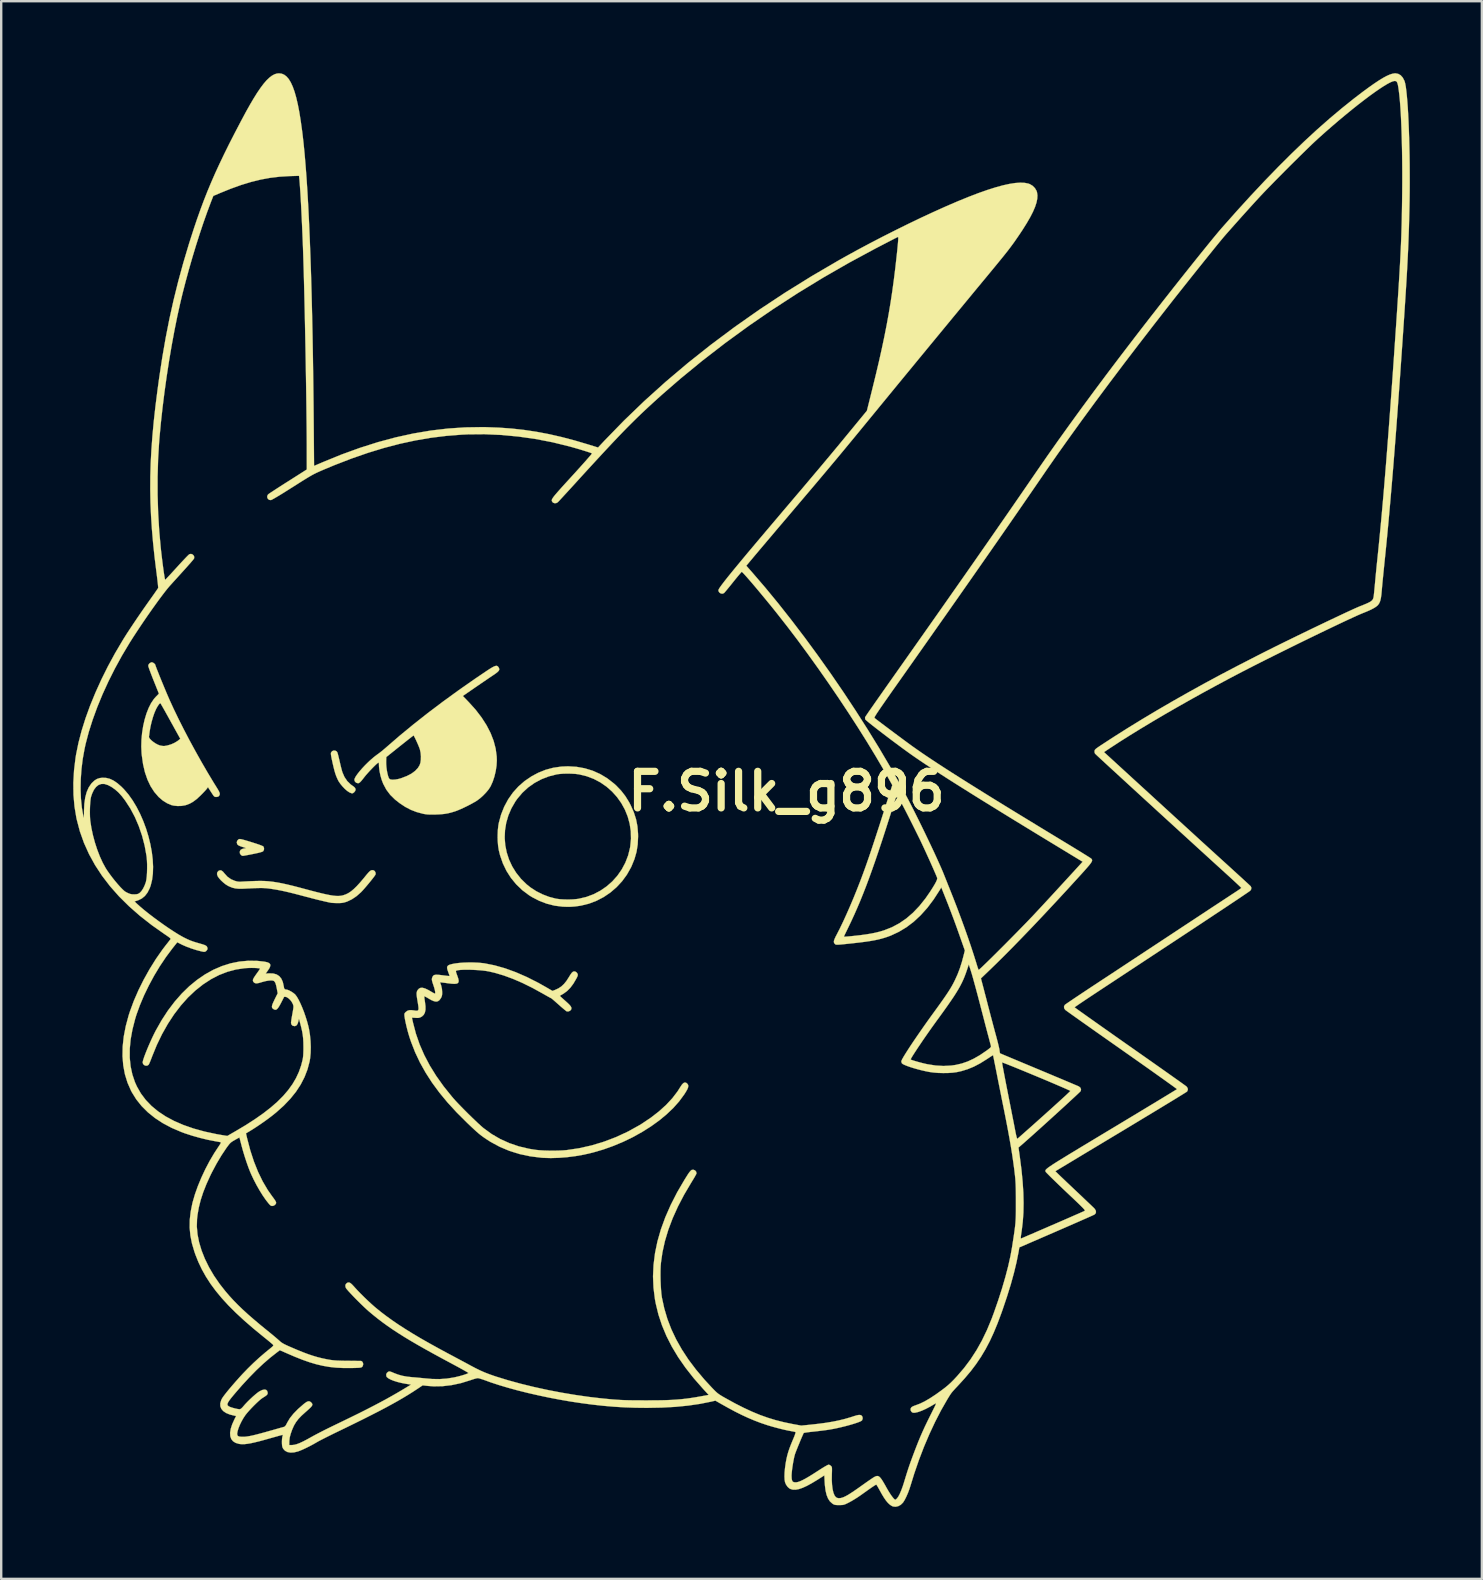
<source format=kicad_pcb>
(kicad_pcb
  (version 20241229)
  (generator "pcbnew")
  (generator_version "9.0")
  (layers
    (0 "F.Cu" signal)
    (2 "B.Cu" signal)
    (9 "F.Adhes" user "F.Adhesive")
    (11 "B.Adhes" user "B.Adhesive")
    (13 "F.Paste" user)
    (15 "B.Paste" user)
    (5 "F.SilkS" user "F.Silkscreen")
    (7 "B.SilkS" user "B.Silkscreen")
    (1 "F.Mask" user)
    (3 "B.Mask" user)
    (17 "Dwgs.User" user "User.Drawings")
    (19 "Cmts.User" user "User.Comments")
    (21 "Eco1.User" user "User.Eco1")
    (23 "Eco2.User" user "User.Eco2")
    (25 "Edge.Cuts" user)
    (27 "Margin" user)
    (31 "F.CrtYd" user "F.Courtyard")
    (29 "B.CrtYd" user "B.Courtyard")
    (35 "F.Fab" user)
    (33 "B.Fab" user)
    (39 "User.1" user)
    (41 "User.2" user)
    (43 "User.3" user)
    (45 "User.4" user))
  (footprint "F.Silk_g896"
    (layer "F.Cu")
    (at 29.71 29.913)
    (property "Reference" "F.Silk_g896" (at 0 0 0) (layer "F.SilkS") (effects (font (size 1.524 1.524) (thickness 0.3))))
    (attr through_hole)
    (fp_poly (pts (xy -22.725 1.991) (xy -22.667 2.004) (xy -22.586 2.026) (xy -22.477 2.058) (xy -22.334 2.101) (xy -22.287 2.116) (xy -22.122 2.168) (xy -21.987 2.213) (xy -21.884 2.251) (xy -21.816 2.28) (xy -21.787 2.299) (xy -21.762 2.363) (xy -21.766 2.434) (xy -21.797 2.493) (xy -21.798 2.494) (xy -21.832 2.513) (xy -21.9 2.536) (xy -22.004 2.563) (xy -22.147 2.594) (xy -22.226 2.61) (xy -22.351 2.635) (xy -22.463 2.656) (xy -22.555 2.673) (xy -22.62 2.684) (xy -22.65 2.688) (xy -22.688 2.675) (xy -22.729 2.645) (xy -22.767 2.584) (xy -22.773 2.514) (xy -22.746 2.449) (xy -22.735 2.436) (xy -22.689 2.408) (xy -22.624 2.385) (xy -22.603 2.38) (xy -22.511 2.364) (xy -22.679 2.309) (xy -22.772 2.276) (xy -22.832 2.246) (xy -22.868 2.215) (xy -22.88 2.197) (xy -22.898 2.126) (xy -22.88 2.057) (xy -22.83 2.004) (xy -22.815 1.995) (xy -22.794 1.988) (xy -22.765 1.987) (xy -22.725 1.991)) (stroke (width 0.01) (type solid)) (fill yes) (layer "F.SilkS"))
    (fp_poly (pts (xy -18.794 -1.696) (xy -18.736 -1.663) (xy -18.712 -1.631) (xy -18.699 -1.596) (xy -18.68 -1.528) (xy -18.656 -1.434) (xy -18.63 -1.324) (xy -18.614 -1.255) (xy -18.585 -1.13) (xy -18.556 -1.009) (xy -18.528 -0.902) (xy -18.505 -0.82) (xy -18.497 -0.795) (xy -18.411 -0.597) (xy -18.296 -0.428) (xy -18.154 -0.289) (xy -18.099 -0.249) (xy -18.021 -0.193) (xy -17.975 -0.148) (xy -17.953 -0.104) (xy -17.949 -0.069) (xy -17.965 -0.017) (xy -18.005 0.035) (xy -18.054 0.073) (xy -18.091 0.084) (xy -18.133 0.074) (xy -18.192 0.049) (xy -18.214 0.038) (xy -18.301 -0.02) (xy -18.398 -0.105) (xy -18.496 -0.208) (xy -18.585 -0.316) (xy -18.656 -0.421) (xy -18.675 -0.456) (xy -18.719 -0.549) (xy -18.758 -0.641) (xy -18.793 -0.741) (xy -18.827 -0.856) (xy -18.862 -0.995) (xy -18.902 -1.165) (xy -18.913 -1.217) (xy -18.943 -1.353) (xy -18.963 -1.454) (xy -18.974 -1.526) (xy -18.977 -1.575) (xy -18.973 -1.609) (xy -18.968 -1.621) (xy -18.924 -1.675) (xy -18.862 -1.7) (xy -18.794 -1.696)) (stroke (width 0.01) (type solid)) (fill yes) (layer "F.SilkS"))
    (fp_poly (pts (xy -17.231 3.283) (xy -17.199 3.289) (xy -17.152 3.32) (xy -17.12 3.375) (xy -17.112 3.438) (xy -17.116 3.458) (xy -17.135 3.493) (xy -17.178 3.554) (xy -17.24 3.635) (xy -17.315 3.729) (xy -17.398 3.831) (xy -17.485 3.935) (xy -17.571 4.035) (xy -17.65 4.124) (xy -17.719 4.197) (xy -17.726 4.204) (xy -17.908 4.365) (xy -18.101 4.495) (xy -18.297 4.589) (xy -18.337 4.603) (xy -18.427 4.63) (xy -18.509 4.646) (xy -18.6 4.653) (xy -18.704 4.654) (xy -18.8 4.652) (xy -18.885 4.648) (xy -18.946 4.644) (xy -18.965 4.642) (xy -19.071 4.621) (xy -19.211 4.59) (xy -19.381 4.55) (xy -19.576 4.503) (xy -19.789 4.448) (xy -20.016 4.389) (xy -20.055 4.378) (xy -20.313 4.31) (xy -20.536 4.252) (xy -20.731 4.204) (xy -20.903 4.164) (xy -21.06 4.131) (xy -21.206 4.103) (xy -21.348 4.079) (xy -21.457 4.062) (xy -21.549 4.049) (xy -21.632 4.039) (xy -21.713 4.032) (xy -21.797 4.028) (xy -21.89 4.026) (xy -21.998 4.028) (xy -22.126 4.031) (xy -22.281 4.038) (xy -22.469 4.047) (xy -22.627 4.055) (xy -22.803 4.058) (xy -22.952 4.044) (xy -23.088 4.011) (xy -23.222 3.956) (xy -23.273 3.93) (xy -23.364 3.873) (xy -23.462 3.794) (xy -23.557 3.706) (xy -23.637 3.616) (xy -23.692 3.537) (xy -23.694 3.533) (xy -23.721 3.447) (xy -23.71 3.373) (xy -23.66 3.315) (xy -23.654 3.311) (xy -23.594 3.287) (xy -23.534 3.298) (xy -23.472 3.345) (xy -23.41 3.419) (xy -23.283 3.559) (xy -23.132 3.663) (xy -22.983 3.726) (xy -22.901 3.75) (xy -22.828 3.762) (xy -22.747 3.764) (xy -22.655 3.759) (xy -22.569 3.754) (xy -22.452 3.748) (xy -22.318 3.742) (xy -22.177 3.737) (xy -22.098 3.734) (xy -21.924 3.731) (xy -21.755 3.734) (xy -21.585 3.745) (xy -21.41 3.764) (xy -21.224 3.792) (xy -21.021 3.83) (xy -20.798 3.879) (xy -20.548 3.939) (xy -20.267 4.012) (xy -20.066 4.066) (xy -19.789 4.14) (xy -19.549 4.202) (xy -19.342 4.253) (xy -19.165 4.293) (xy -19.013 4.323) (xy -18.883 4.344) (xy -18.772 4.355) (xy -18.676 4.358) (xy -18.592 4.353) (xy -18.514 4.341) (xy -18.467 4.329) (xy -18.356 4.291) (xy -18.248 4.238) (xy -18.137 4.164) (xy -18.022 4.068) (xy -17.897 3.946) (xy -17.759 3.795) (xy -17.604 3.612) (xy -17.568 3.567) (xy -17.479 3.458) (xy -17.41 3.379) (xy -17.356 3.326) (xy -17.311 3.295) (xy -17.272 3.282) (xy -17.231 3.283)) (stroke (width 0.01) (type solid)) (fill yes) (layer "F.SilkS"))
    (fp_poly (pts (xy -8.748 -1.022) (xy -8.406 -0.961) (xy -8.076 -0.861) (xy -7.762 -0.721) (xy -7.465 -0.543) (xy -7.187 -0.327) (xy -7.088 -0.238) (xy -6.884 -0.024) (xy -6.709 0.202) (xy -6.555 0.452) (xy -6.487 0.582) (xy -6.358 0.875) (xy -6.266 1.163) (xy -6.208 1.456) (xy -6.183 1.766) (xy -6.181 1.884) (xy -6.197 2.212) (xy -6.246 2.521) (xy -6.332 2.821) (xy -6.455 3.122) (xy -6.477 3.168) (xy -6.646 3.468) (xy -6.847 3.743) (xy -7.078 3.992) (xy -7.334 4.213) (xy -7.613 4.402) (xy -7.911 4.557) (xy -8.226 4.677) (xy -8.554 4.758) (xy -8.625 4.77) (xy -8.802 4.794) (xy -8.961 4.807) (xy -9.121 4.81) (xy -9.301 4.804) (xy -9.336 4.802) (xy -9.66 4.761) (xy -9.982 4.68) (xy -10.296 4.561) (xy -10.596 4.406) (xy -10.721 4.328) (xy -11.004 4.116) (xy -11.255 3.875) (xy -11.475 3.608) (xy -11.662 3.316) (xy -11.814 3) (xy -11.931 2.662) (xy -11.984 2.449) (xy -12.012 2.267) (xy -12.029 2.059) (xy -12.031 1.931) (xy -11.738 1.931) (xy -11.714 2.241) (xy -11.653 2.545) (xy -11.557 2.841) (xy -11.425 3.125) (xy -11.259 3.393) (xy -11.059 3.644) (xy -10.825 3.873) (xy -10.661 4.004) (xy -10.425 4.158) (xy -10.163 4.29) (xy -9.888 4.395) (xy -9.614 4.467) (xy -9.576 4.474) (xy -9.432 4.493) (xy -9.261 4.503) (xy -9.078 4.506) (xy -8.897 4.5) (xy -8.733 4.485) (xy -8.656 4.474) (xy -8.338 4.399) (xy -8.036 4.286) (xy -7.753 4.138) (xy -7.491 3.958) (xy -7.253 3.749) (xy -7.042 3.512) (xy -6.861 3.251) (xy -6.711 2.969) (xy -6.595 2.667) (xy -6.517 2.349) (xy -6.509 2.3) (xy -6.477 1.978) (xy -6.485 1.659) (xy -6.532 1.349) (xy -6.614 1.049) (xy -6.73 0.762) (xy -6.879 0.491) (xy -7.057 0.24) (xy -7.263 0.01) (xy -7.495 -0.195) (xy -7.75 -0.372) (xy -8.027 -0.518) (xy -8.324 -0.631) (xy -8.638 -0.707) (xy -8.644 -0.708) (xy -8.79 -0.727) (xy -8.96 -0.737) (xy -9.14 -0.74) (xy -9.317 -0.735) (xy -9.476 -0.721) (xy -9.569 -0.708) (xy -9.897 -0.625) (xy -10.207 -0.505) (xy -10.496 -0.35) (xy -10.762 -0.162) (xy -11.002 0.059) (xy -11.214 0.31) (xy -11.291 0.419) (xy -11.457 0.706) (xy -11.585 1.004) (xy -11.674 1.31) (xy -11.724 1.62) (xy -11.738 1.931) (xy -12.031 1.931) (xy -12.032 1.839) (xy -12.024 1.623) (xy -12.002 1.423) (xy -11.984 1.319) (xy -11.889 0.969) (xy -11.758 0.64) (xy -11.593 0.334) (xy -11.396 0.052) (xy -11.167 -0.202) (xy -10.908 -0.429) (xy -10.62 -0.625) (xy -10.343 -0.773) (xy -10.032 -0.898) (xy -9.714 -0.983) (xy -9.384 -1.031) (xy -9.102 -1.043) (xy -8.748 -1.022)) (stroke (width 0.01) (type solid)) (fill yes) (layer "F.SilkS"))
    (fp_poly (pts (xy -26.389 -5.363) (xy -26.339 -5.33) (xy -26.301 -5.291) (xy -26.289 -5.262) (xy -26.281 -5.235) (xy -26.259 -5.174) (xy -26.225 -5.084) (xy -26.18 -4.972) (xy -26.128 -4.84) (xy -26.07 -4.696) (xy -26.008 -4.545) (xy -25.944 -4.39) (xy -25.881 -4.239) (xy -25.821 -4.095) (xy -25.765 -3.965) (xy -25.716 -3.853) (xy -25.705 -3.826) (xy -25.526 -3.435) (xy -25.324 -3.017) (xy -25.104 -2.581) (xy -24.87 -2.133) (xy -24.624 -1.681) (xy -24.372 -1.231) (xy -24.117 -0.791) (xy -23.863 -0.369) (xy -23.72 -0.139) (xy -23.659 -0.038) (xy -23.622 0.036) (xy -23.606 0.091) (xy -23.608 0.136) (xy -23.628 0.178) (xy -23.634 0.186) (xy -23.672 0.22) (xy -23.731 0.232) (xy -23.751 0.233) (xy -23.788 0.232) (xy -23.817 0.224) (xy -23.845 0.204) (xy -23.877 0.165) (xy -23.92 0.101) (xy -23.967 0.029) (xy -24.097 -0.174) (xy -24.149 -0.103) (xy -24.183 -0.062) (xy -24.241 0.001) (xy -24.314 0.078) (xy -24.395 0.16) (xy -24.415 0.18) (xy -24.57 0.323) (xy -24.716 0.432) (xy -24.859 0.513) (xy -25.008 0.569) (xy -25.051 0.581) (xy -25.2 0.606) (xy -25.363 0.611) (xy -25.52 0.595) (xy -25.622 0.571) (xy -25.801 0.495) (xy -25.979 0.383) (xy -26.147 0.239) (xy -26.153 0.233) (xy -26.333 0.025) (xy -26.488 -0.216) (xy -26.618 -0.49) (xy -26.723 -0.795) (xy -26.801 -1.132) (xy -26.853 -1.499) (xy -26.862 -1.587) (xy -26.875 -1.869) (xy -26.867 -2.156) (xy -26.855 -2.282) (xy -26.556 -2.282) (xy -26.549 -2.237) (xy -26.509 -2.181) (xy -26.447 -2.118) (xy -26.367 -2.054) (xy -26.279 -1.995) (xy -26.188 -1.946) (xy -26.103 -1.913) (xy -26.075 -1.907) (xy -26.005 -1.894) (xy -25.952 -1.888) (xy -25.901 -1.891) (xy -25.836 -1.902) (xy -25.775 -1.915) (xy -25.637 -1.956) (xy -25.496 -2.018) (xy -25.371 -2.093) (xy -25.318 -2.134) (xy -25.251 -2.191) (xy -25.655 -2.921) (xy -25.744 -3.082) (xy -25.827 -3.232) (xy -25.902 -3.366) (xy -25.967 -3.481) (xy -26.019 -3.572) (xy -26.055 -3.635) (xy -26.074 -3.666) (xy -26.076 -3.669) (xy -26.099 -3.665) (xy -26.135 -3.629) (xy -26.18 -3.566) (xy -26.23 -3.482) (xy -26.258 -3.429) (xy -26.325 -3.277) (xy -26.388 -3.095) (xy -26.445 -2.897) (xy -26.492 -2.695) (xy -26.525 -2.503) (xy -26.533 -2.445) (xy -26.542 -2.37) (xy -26.551 -2.309) (xy -26.556 -2.282) (xy -26.855 -2.282) (xy -26.84 -2.442) (xy -26.796 -2.722) (xy -26.735 -2.99) (xy -26.659 -3.242) (xy -26.569 -3.472) (xy -26.467 -3.674) (xy -26.353 -3.843) (xy -26.278 -3.929) (xy -26.141 -4.069) (xy -26.363 -4.624) (xy -26.421 -4.77) (xy -26.473 -4.906) (xy -26.518 -5.025) (xy -26.553 -5.122) (xy -26.576 -5.193) (xy -26.585 -5.23) (xy -26.585 -5.232) (xy -26.567 -5.291) (xy -26.52 -5.342) (xy -26.46 -5.373) (xy -26.434 -5.376) (xy -26.389 -5.363)) (stroke (width 0.01) (type solid)) (fill yes) (layer "F.SilkS"))
    (fp_poly (pts (xy -12.059 -5.226) (xy -12.023 -5.205) (xy -11.992 -5.166) (xy -11.982 -5.147) (xy -11.965 -5.103) (xy -11.965 -5.063) (xy -11.986 -5.022) (xy -12.032 -4.974) (xy -12.106 -4.915) (xy -12.213 -4.841) (xy -12.24 -4.823) (xy -12.33 -4.763) (xy -12.446 -4.684) (xy -12.581 -4.592) (xy -12.727 -4.493) (xy -12.875 -4.391) (xy -12.991 -4.312) (xy -13.482 -3.973) (xy -13.231 -3.714) (xy -12.945 -3.396) (xy -12.699 -3.075) (xy -12.492 -2.752) (xy -12.325 -2.428) (xy -12.199 -2.104) (xy -12.114 -1.78) (xy -12.071 -1.458) (xy -12.065 -1.29) (xy -12.077 -1.072) (xy -12.112 -0.843) (xy -12.166 -0.616) (xy -12.237 -0.403) (xy -12.321 -0.217) (xy -12.334 -0.193) (xy -12.41 -0.077) (xy -12.514 0.048) (xy -12.634 0.173) (xy -12.762 0.288) (xy -12.887 0.382) (xy -12.888 0.383) (xy -12.997 0.449) (xy -13.131 0.524) (xy -13.28 0.602) (xy -13.435 0.677) (xy -13.584 0.745) (xy -13.716 0.801) (xy -13.811 0.835) (xy -13.967 0.882) (xy -14.106 0.916) (xy -14.243 0.939) (xy -14.39 0.954) (xy -14.562 0.963) (xy -14.616 0.965) (xy -14.759 0.967) (xy -14.87 0.966) (xy -14.962 0.961) (xy -15.044 0.951) (xy -15.128 0.936) (xy -15.145 0.932) (xy -15.406 0.862) (xy -15.649 0.768) (xy -15.882 0.646) (xy -16.114 0.492) (xy -16.306 0.341) (xy -16.503 0.148) (xy -16.667 -0.069) (xy -16.797 -0.312) (xy -16.86 -0.476) (xy -16.913 -0.659) (xy -16.951 -0.843) (xy -16.972 -1.013) (xy -16.975 -1.086) (xy -16.977 -1.154) (xy -16.983 -1.187) (xy -16.996 -1.195) (xy -17.013 -1.188) (xy -17.051 -1.159) (xy -17.111 -1.105) (xy -17.187 -1.031) (xy -17.271 -0.945) (xy -17.359 -0.853) (xy -17.443 -0.76) (xy -17.518 -0.675) (xy -17.573 -0.607) (xy -17.654 -0.504) (xy -17.714 -0.431) (xy -17.76 -0.383) (xy -17.795 -0.355) (xy -17.826 -0.341) (xy -17.851 -0.339) (xy -17.921 -0.357) (xy -17.974 -0.406) (xy -17.998 -0.472) (xy -17.999 -0.483) (xy -17.983 -0.542) (xy -17.939 -0.624) (xy -17.87 -0.723) (xy -17.782 -0.835) (xy -17.677 -0.956) (xy -17.561 -1.08) (xy -17.437 -1.203) (xy -17.384 -1.253) (xy -16.675 -1.253) (xy -16.674 -1.135) (xy -16.664 -1.007) (xy -16.647 -0.877) (xy -16.624 -0.755) (xy -16.597 -0.648) (xy -16.568 -0.566) (xy -16.539 -0.519) (xy -16.488 -0.494) (xy -16.406 -0.485) (xy -16.301 -0.491) (xy -16.181 -0.511) (xy -16.054 -0.546) (xy -16.043 -0.55) (xy -15.812 -0.639) (xy -15.621 -0.739) (xy -15.468 -0.852) (xy -15.351 -0.977) (xy -15.282 -1.09) (xy -15.248 -1.191) (xy -15.23 -1.319) (xy -15.227 -1.461) (xy -15.24 -1.605) (xy -15.268 -1.739) (xy -15.28 -1.778) (xy -15.308 -1.852) (xy -15.344 -1.94) (xy -15.386 -2.035) (xy -15.428 -2.128) (xy -15.468 -2.211) (xy -15.502 -2.278) (xy -15.525 -2.318) (xy -15.534 -2.327) (xy -15.553 -2.314) (xy -15.601 -2.278) (xy -15.674 -2.221) (xy -15.769 -2.147) (xy -15.881 -2.058) (xy -16.006 -1.959) (xy -16.108 -1.878) (xy -16.669 -1.429) (xy -16.675 -1.253) (xy -17.384 -1.253) (xy -17.31 -1.321) (xy -17.184 -1.429) (xy -17.063 -1.522) (xy -17.029 -1.546) (xy -16.958 -1.598) (xy -16.866 -1.67) (xy -16.764 -1.754) (xy -16.663 -1.841) (xy -16.637 -1.864) (xy -16.107 -2.322) (xy -15.54 -2.789) (xy -14.94 -3.262) (xy -14.309 -3.738) (xy -13.652 -4.215) (xy -12.972 -4.69) (xy -12.494 -5.013) (xy -12.358 -5.102) (xy -12.251 -5.167) (xy -12.169 -5.208) (xy -12.106 -5.227) (xy -12.059 -5.226)) (stroke (width 0.01) (type solid)) (fill yes) (layer "F.SilkS"))
    (fp_poly (pts (xy -13.016 7.129) (xy -12.808 7.139) (xy -12.622 7.158) (xy -12.584 7.163) (xy -12.162 7.247) (xy -11.726 7.37) (xy -11.276 7.533) (xy -10.811 7.736) (xy -10.333 7.978) (xy -10.001 8.165) (xy -9.747 8.313) (xy -9.641 8.272) (xy -9.5 8.207) (xy -9.377 8.126) (xy -9.267 8.023) (xy -9.162 7.893) (xy -9.056 7.727) (xy -9.054 7.723) (xy -8.989 7.619) (xy -8.936 7.549) (xy -8.89 7.511) (xy -8.844 7.499) (xy -8.794 7.51) (xy -8.776 7.517) (xy -8.73 7.555) (xy -8.702 7.602) (xy -8.693 7.639) (xy -8.698 7.679) (xy -8.719 7.733) (xy -8.756 7.804) (xy -8.877 8.011) (xy -9.003 8.18) (xy -9.137 8.316) (xy -9.284 8.424) (xy -9.321 8.446) (xy -9.382 8.481) (xy -9.425 8.508) (xy -9.44 8.52) (xy -9.425 8.535) (xy -9.384 8.574) (xy -9.322 8.63) (xy -9.245 8.699) (xy -9.207 8.733) (xy -9.103 8.827) (xy -9.03 8.9) (xy -8.984 8.958) (xy -8.961 9.006) (xy -8.958 9.049) (xy -8.97 9.09) (xy -9.012 9.137) (xy -9.075 9.165) (xy -9.14 9.168) (xy -9.155 9.164) (xy -9.183 9.145) (xy -9.237 9.102) (xy -9.311 9.04) (xy -9.399 8.965) (xy -9.493 8.881) (xy -9.587 8.798) (xy -9.67 8.725) (xy -9.737 8.667) (xy -9.784 8.629) (xy -9.804 8.615) (xy -9.804 8.615) (xy -9.826 8.605) (xy -9.879 8.577) (xy -9.956 8.534) (xy -10.052 8.48) (xy -10.154 8.422) (xy -10.586 8.184) (xy -10.998 7.981) (xy -11.393 7.81) (xy -11.774 7.67) (xy -12.144 7.56) (xy -12.393 7.502) (xy -12.514 7.481) (xy -12.655 7.463) (xy -12.811 7.449) (xy -12.974 7.439) (xy -13.138 7.432) (xy -13.296 7.43) (xy -13.442 7.431) (xy -13.568 7.437) (xy -13.669 7.448) (xy -13.738 7.463) (xy -13.757 7.471) (xy -13.768 7.488) (xy -13.766 7.522) (xy -13.748 7.581) (xy -13.719 7.662) (xy -13.677 7.781) (xy -13.656 7.873) (xy -13.659 7.941) (xy -13.688 7.986) (xy -13.746 8.011) (xy -13.837 8.019) (xy -13.962 8.011) (xy -14.126 7.991) (xy -14.129 7.99) (xy -14.223 7.977) (xy -14.306 7.967) (xy -14.365 7.96) (xy -14.385 7.959) (xy -14.429 7.959) (xy -14.386 8.08) (xy -14.351 8.23) (xy -14.342 8.361) (xy -14.343 8.451) (xy -14.353 8.516) (xy -14.373 8.572) (xy -14.398 8.617) (xy -14.455 8.696) (xy -14.519 8.743) (xy -14.594 8.758) (xy -14.684 8.741) (xy -14.795 8.693) (xy -14.899 8.634) (xy -14.974 8.589) (xy -15.036 8.556) (xy -15.075 8.538) (xy -15.085 8.537) (xy -15.086 8.562) (xy -15.081 8.618) (xy -15.07 8.698) (xy -15.06 8.766) (xy -15.037 8.947) (xy -15.037 9.095) (xy -15.061 9.214) (xy -15.109 9.307) (xy -15.182 9.376) (xy -15.225 9.401) (xy -15.283 9.426) (xy -15.34 9.437) (xy -15.415 9.437) (xy -15.456 9.434) (xy -15.528 9.429) (xy -15.579 9.428) (xy -15.6 9.431) (xy -15.6 9.431) (xy -15.596 9.455) (xy -15.584 9.51) (xy -15.567 9.587) (xy -15.556 9.636) (xy -15.436 10.093) (xy -15.281 10.542) (xy -15.088 10.984) (xy -14.858 11.421) (xy -14.589 11.855) (xy -14.28 12.289) (xy -13.93 12.723) (xy -13.877 12.785) (xy -13.789 12.884) (xy -13.677 13.003) (xy -13.548 13.137) (xy -13.407 13.28) (xy -13.261 13.426) (xy -13.113 13.571) (xy -12.971 13.707) (xy -12.84 13.831) (xy -12.725 13.936) (xy -12.632 14.017) (xy -12.614 14.031) (xy -12.282 14.273) (xy -11.927 14.48) (xy -11.549 14.651) (xy -11.148 14.788) (xy -10.726 14.888) (xy -10.446 14.933) (xy -10.298 14.948) (xy -10.121 14.959) (xy -9.924 14.965) (xy -9.72 14.967) (xy -9.52 14.964) (xy -9.336 14.957) (xy -9.179 14.945) (xy -9.165 14.944) (xy -8.641 14.866) (xy -8.116 14.748) (xy -7.598 14.591) (xy -7.089 14.397) (xy -6.597 14.168) (xy -6.125 13.906) (xy -6.027 13.846) (xy -5.65 13.593) (xy -5.312 13.331) (xy -5.013 13.06) (xy -4.754 12.782) (xy -4.536 12.496) (xy -4.421 12.314) (xy -4.352 12.211) (xy -4.29 12.149) (xy -4.23 12.126) (xy -4.173 12.142) (xy -4.131 12.177) (xy -4.101 12.221) (xy -4.089 12.269) (xy -4.098 12.329) (xy -4.128 12.406) (xy -4.183 12.504) (xy -4.262 12.63) (xy -4.267 12.636) (xy -4.473 12.916) (xy -4.717 13.19) (xy -4.997 13.456) (xy -5.307 13.712) (xy -5.646 13.956) (xy -6.009 14.185) (xy -6.392 14.399) (xy -6.793 14.593) (xy -7.207 14.767) (xy -7.63 14.918) (xy -8.06 15.044) (xy -8.438 15.132) (xy -8.782 15.193) (xy -9.134 15.238) (xy -9.483 15.265) (xy -9.819 15.275) (xy -10.131 15.266) (xy -10.212 15.26) (xy -10.675 15.202) (xy -11.117 15.108) (xy -11.538 14.977) (xy -11.938 14.809) (xy -12.318 14.605) (xy -12.509 14.482) (xy -12.597 14.422) (xy -12.676 14.365) (xy -12.751 14.308) (xy -12.829 14.245) (xy -12.913 14.172) (xy -13.009 14.084) (xy -13.123 13.978) (xy -13.26 13.848) (xy -13.32 13.79) (xy -13.739 13.372) (xy -14.119 12.958) (xy -14.46 12.545) (xy -14.763 12.133) (xy -15.031 11.717) (xy -15.266 11.297) (xy -15.468 10.869) (xy -15.639 10.431) (xy -15.702 10.245) (xy -15.748 10.093) (xy -15.793 9.929) (xy -15.834 9.764) (xy -15.869 9.607) (xy -15.896 9.47) (xy -15.912 9.362) (xy -15.912 9.362) (xy -15.916 9.294) (xy -15.909 9.251) (xy -15.884 9.216) (xy -15.857 9.19) (xy -15.793 9.142) (xy -15.721 9.117) (xy -15.63 9.112) (xy -15.511 9.126) (xy -15.438 9.137) (xy -15.385 9.138) (xy -15.35 9.125) (xy -15.331 9.092) (xy -15.326 9.035) (xy -15.334 8.95) (xy -15.352 8.83) (xy -15.367 8.742) (xy -15.39 8.604) (xy -15.403 8.501) (xy -15.407 8.423) (xy -15.401 8.365) (xy -15.386 8.318) (xy -15.362 8.275) (xy -15.306 8.215) (xy -15.238 8.184) (xy -15.153 8.183) (xy -15.05 8.212) (xy -14.923 8.272) (xy -14.825 8.328) (xy -14.752 8.372) (xy -14.69 8.405) (xy -14.651 8.423) (xy -14.644 8.424) (xy -14.631 8.406) (xy -14.633 8.353) (xy -14.648 8.273) (xy -14.675 8.171) (xy -14.712 8.06) (xy -14.747 7.955) (xy -14.766 7.879) (xy -14.772 7.821) (xy -14.763 7.773) (xy -14.749 7.736) (xy -14.724 7.691) (xy -14.691 7.66) (xy -14.643 7.643) (xy -14.575 7.638) (xy -14.48 7.643) (xy -14.35 7.658) (xy -14.328 7.661) (xy -14.224 7.674) (xy -14.136 7.685) (xy -14.071 7.691) (xy -14.039 7.693) (xy -14.036 7.692) (xy -14.04 7.671) (xy -14.055 7.621) (xy -14.08 7.552) (xy -14.084 7.541) (xy -14.121 7.435) (xy -14.138 7.354) (xy -14.129 7.294) (xy -14.092 7.251) (xy -14.023 7.218) (xy -13.918 7.191) (xy -13.818 7.171) (xy -13.648 7.149) (xy -13.449 7.134) (xy -13.234 7.127) (xy -13.016 7.129)) (stroke (width 0.01) (type solid)) (fill yes) (layer "F.SilkS"))
    (fp_poly (pts (xy 25.478 -29.888) (xy 25.581 -29.83) (xy 25.668 -29.734) (xy 25.736 -29.605) (xy 25.749 -29.572) (xy 25.773 -29.48) (xy 25.797 -29.349) (xy 25.819 -29.181) (xy 25.84 -28.98) (xy 25.86 -28.747) (xy 25.879 -28.487) (xy 25.896 -28.202) (xy 25.911 -27.894) (xy 25.924 -27.567) (xy 25.936 -27.224) (xy 25.945 -26.867) (xy 25.953 -26.499) (xy 25.958 -26.123) (xy 25.96 -25.743) (xy 25.961 -25.36) (xy 25.959 -24.978) (xy 25.954 -24.6) (xy 25.951 -24.458) (xy 25.946 -24.207) (xy 25.94 -23.965) (xy 25.934 -23.729) (xy 25.928 -23.497) (xy 25.92 -23.266) (xy 25.912 -23.035) (xy 25.903 -22.8) (xy 25.893 -22.56) (xy 25.881 -22.312) (xy 25.868 -22.054) (xy 25.854 -21.783) (xy 25.838 -21.497) (xy 25.82 -21.194) (xy 25.8 -20.871) (xy 25.778 -20.526) (xy 25.754 -20.156) (xy 25.728 -19.76) (xy 25.699 -19.334) (xy 25.668 -18.877) (xy 25.634 -18.386) (xy 25.597 -17.858) (xy 25.558 -17.292) (xy 25.537 -16.997) (xy 25.472 -16.092) (xy 25.407 -15.214) (xy 25.341 -14.364) (xy 25.276 -13.544) (xy 25.21 -12.756) (xy 25.145 -12.002) (xy 25.081 -11.283) (xy 25.017 -10.601) (xy 24.953 -9.958) (xy 24.901 -9.454) (xy 24.882 -9.264) (xy 24.862 -9.068) (xy 24.843 -8.875) (xy 24.825 -8.693) (xy 24.81 -8.533) (xy 24.799 -8.403) (xy 24.797 -8.376) (xy 24.78 -8.194) (xy 24.759 -8.048) (xy 24.732 -7.933) (xy 24.694 -7.841) (xy 24.643 -7.766) (xy 24.575 -7.703) (xy 24.487 -7.644) (xy 24.376 -7.584) (xy 24.376 -7.584) (xy 24.292 -7.544) (xy 24.184 -7.497) (xy 24.069 -7.449) (xy 23.993 -7.419) (xy 23.902 -7.381) (xy 23.776 -7.326) (xy 23.618 -7.254) (xy 23.431 -7.168) (xy 23.219 -7.069) (xy 22.984 -6.958) (xy 22.73 -6.837) (xy 22.459 -6.707) (xy 22.174 -6.57) (xy 21.879 -6.427) (xy 21.577 -6.28) (xy 21.27 -6.13) (xy 20.962 -5.978) (xy 20.655 -5.826) (xy 20.353 -5.676) (xy 20.059 -5.529) (xy 19.775 -5.387) (xy 19.505 -5.25) (xy 19.252 -5.121) (xy 19.019 -5.001) (xy 18.997 -4.99) (xy 18.444 -4.7) (xy 17.89 -4.403) (xy 17.339 -4.103) (xy 16.794 -3.8) (xy 16.259 -3.497) (xy 15.739 -3.197) (xy 15.238 -2.902) (xy 14.758 -2.613) (xy 14.305 -2.334) (xy 13.882 -2.067) (xy 13.493 -1.813) (xy 13.402 -1.753) (xy 13.226 -1.635) (xy 14.725 -0.262) (xy 15.067 0.05) (xy 15.379 0.336) (xy 15.665 0.598) (xy 15.927 0.838) (xy 16.167 1.058) (xy 16.389 1.26) (xy 16.593 1.447) (xy 16.783 1.62) (xy 16.961 1.783) (xy 17.129 1.937) (xy 17.29 2.084) (xy 17.446 2.226) (xy 17.6 2.366) (xy 17.754 2.506) (xy 17.91 2.649) (xy 18.071 2.795) (xy 18.24 2.948) (xy 18.373 3.069) (xy 18.542 3.223) (xy 18.703 3.37) (xy 18.852 3.506) (xy 18.986 3.628) (xy 19.103 3.736) (xy 19.2 3.825) (xy 19.273 3.893) (xy 19.321 3.938) (xy 19.34 3.957) (xy 19.365 4.02) (xy 19.352 4.088) (xy 19.32 4.136) (xy 19.297 4.153) (xy 19.241 4.193) (xy 19.153 4.253) (xy 19.036 4.332) (xy 18.891 4.43) (xy 18.721 4.544) (xy 18.527 4.673) (xy 18.312 4.817) (xy 18.077 4.973) (xy 17.824 5.14) (xy 17.556 5.318) (xy 17.274 5.505) (xy 16.98 5.699) (xy 16.677 5.899) (xy 16.595 5.953) (xy 16.271 6.167) (xy 15.944 6.382) (xy 15.619 6.596) (xy 15.297 6.808) (xy 14.981 7.016) (xy 14.675 7.218) (xy 14.382 7.411) (xy 14.104 7.594) (xy 13.845 7.765) (xy 13.607 7.922) (xy 13.394 8.062) (xy 13.207 8.185) (xy 13.051 8.288) (xy 12.959 8.349) (xy 12.779 8.468) (xy 12.61 8.58) (xy 12.454 8.684) (xy 12.317 8.776) (xy 12.2 8.855) (xy 12.107 8.919) (xy 12.042 8.964) (xy 12.007 8.99) (xy 12.002 8.995) (xy 12.019 9.009) (xy 12.068 9.046) (xy 12.148 9.104) (xy 12.257 9.182) (xy 12.393 9.278) (xy 12.553 9.392) (xy 12.736 9.521) (xy 12.939 9.665) (xy 13.161 9.822) (xy 13.4 9.99) (xy 13.652 10.168) (xy 13.918 10.355) (xy 14.194 10.549) (xy 14.303 10.625) (xy 14.584 10.823) (xy 14.856 11.014) (xy 15.117 11.197) (xy 15.364 11.371) (xy 15.597 11.535) (xy 15.812 11.687) (xy 16.007 11.825) (xy 16.182 11.949) (xy 16.333 12.056) (xy 16.458 12.145) (xy 16.555 12.215) (xy 16.623 12.264) (xy 16.659 12.291) (xy 16.663 12.294) (xy 16.71 12.361) (xy 16.719 12.432) (xy 16.689 12.499) (xy 16.685 12.505) (xy 16.663 12.52) (xy 16.606 12.556) (xy 16.517 12.612) (xy 16.398 12.685) (xy 16.251 12.776) (xy 16.078 12.882) (xy 15.88 13.002) (xy 15.661 13.135) (xy 15.421 13.281) (xy 15.163 13.437) (xy 14.889 13.602) (xy 14.601 13.776) (xy 14.301 13.957) (xy 13.991 14.144) (xy 13.928 14.182) (xy 13.616 14.369) (xy 13.315 14.55) (xy 13.026 14.724) (xy 12.751 14.889) (xy 12.491 15.045) (xy 12.25 15.19) (xy 12.028 15.324) (xy 11.829 15.444) (xy 11.653 15.55) (xy 11.503 15.64) (xy 11.381 15.713) (xy 11.289 15.769) (xy 11.229 15.805) (xy 11.202 15.821) (xy 11.201 15.822) (xy 11.215 15.837) (xy 11.257 15.879) (xy 11.323 15.944) (xy 11.412 16.03) (xy 11.521 16.133) (xy 11.646 16.253) (xy 11.785 16.384) (xy 11.934 16.526) (xy 11.984 16.573) (xy 12.14 16.72) (xy 12.287 16.859) (xy 12.423 16.989) (xy 12.545 17.105) (xy 12.65 17.204) (xy 12.734 17.285) (xy 12.795 17.343) (xy 12.828 17.377) (xy 12.832 17.381) (xy 12.88 17.453) (xy 12.893 17.526) (xy 12.87 17.59) (xy 12.827 17.629) (xy 12.798 17.643) (xy 12.733 17.673) (xy 12.636 17.717) (xy 12.509 17.773) (xy 12.355 17.841) (xy 12.178 17.919) (xy 11.981 18.005) (xy 11.766 18.099) (xy 11.538 18.199) (xy 11.298 18.303) (xy 11.232 18.332) (xy 9.7 18.996) (xy 9.665 19.198) (xy 9.582 19.614) (xy 9.475 20.058) (xy 9.344 20.534) (xy 9.187 21.04) (xy 9.006 21.579) (xy 8.952 21.731) (xy 8.793 22.157) (xy 8.632 22.546) (xy 8.466 22.905) (xy 8.29 23.239) (xy 8.102 23.554) (xy 7.898 23.856) (xy 7.675 24.151) (xy 7.428 24.444) (xy 7.203 24.691) (xy 7.098 24.804) (xy 7.016 24.891) (xy 6.953 24.961) (xy 6.903 25.018) (xy 6.862 25.071) (xy 6.825 25.124) (xy 6.786 25.185) (xy 6.74 25.26) (xy 6.693 25.337) (xy 6.438 25.783) (xy 6.19 26.264) (xy 5.951 26.775) (xy 5.725 27.307) (xy 5.515 27.856) (xy 5.323 28.414) (xy 5.175 28.892) (xy 5.122 29.058) (xy 5.061 29.221) (xy 4.995 29.373) (xy 4.929 29.505) (xy 4.867 29.607) (xy 4.847 29.633) (xy 4.758 29.719) (xy 4.655 29.775) (xy 4.546 29.799) (xy 4.441 29.788) (xy 4.387 29.766) (xy 4.307 29.713) (xy 4.228 29.641) (xy 4.147 29.545) (xy 4.062 29.422) (xy 3.968 29.267) (xy 3.875 29.099) (xy 3.828 29.015) (xy 3.788 28.945) (xy 3.758 28.897) (xy 3.745 28.881) (xy 3.735 28.88) (xy 3.718 28.886) (xy 3.69 28.901) (xy 3.648 28.928) (xy 3.587 28.968) (xy 3.506 29.024) (xy 3.4 29.098) (xy 3.268 29.192) (xy 3.104 29.309) (xy 3.08 29.326) (xy 2.966 29.404) (xy 2.839 29.484) (xy 2.716 29.558) (xy 2.611 29.615) (xy 2.606 29.618) (xy 2.511 29.665) (xy 2.441 29.697) (xy 2.384 29.716) (xy 2.329 29.725) (xy 2.263 29.728) (xy 2.193 29.729) (xy 2.1 29.728) (xy 2.036 29.723) (xy 1.989 29.711) (xy 1.946 29.69) (xy 1.904 29.661) (xy 1.808 29.574) (xy 1.731 29.456) (xy 1.67 29.304) (xy 1.627 29.118) (xy 1.599 28.896) (xy 1.591 28.772) (xy 1.577 28.493) (xy 1.291 28.675) (xy 1.059 28.815) (xy 0.855 28.927) (xy 0.676 29.009) (xy 0.52 29.063) (xy 0.385 29.089) (xy 0.268 29.088) (xy 0.169 29.06) (xy 0.117 29.033) (xy 0.043 28.965) (xy -0.021 28.872) (xy -0.061 28.776) (xy -0.078 28.673) (xy -0.084 28.536) (xy -0.079 28.374) (xy -0.062 28.193) (xy -0.036 28) (xy -0.031 27.97) (xy -0.001 27.809) (xy 0.032 27.665) (xy 0.071 27.526) (xy 0.119 27.382) (xy 0.179 27.223) (xy 0.255 27.038) (xy 0.272 26.998) (xy 0.326 26.869) (xy 0.36 26.775) (xy 0.377 26.716) (xy 0.375 26.69) (xy 0.374 26.688) (xy 0.342 26.678) (xy 0.281 26.665) (xy 0.204 26.651) (xy 0.201 26.65) (xy 0.057 26.623) (xy -0.115 26.585) (xy -0.302 26.539) (xy -0.492 26.489) (xy -0.672 26.438) (xy -0.817 26.394) (xy -1.084 26.303) (xy -1.343 26.204) (xy -1.601 26.095) (xy -1.865 25.973) (xy -2.143 25.834) (xy -2.44 25.674) (xy -2.745 25.503) (xy -2.961 25.379) (xy -3.145 25.422) (xy -3.604 25.514) (xy -4.1 25.586) (xy -4.631 25.638) (xy -5.199 25.669) (xy -5.804 25.68) (xy -5.821 25.68) (xy -6.29 25.675) (xy -6.741 25.659) (xy -7.187 25.632) (xy -7.639 25.593) (xy -8.108 25.541) (xy -8.551 25.482) (xy -8.993 25.416) (xy -9.442 25.338) (xy -9.894 25.252) (xy -10.342 25.157) (xy -10.78 25.057) (xy -11.203 24.951) (xy -11.604 24.841) (xy -11.979 24.729) (xy -12.321 24.617) (xy -12.509 24.548) (xy -12.617 24.509) (xy -12.716 24.477) (xy -12.796 24.453) (xy -12.849 24.442) (xy -12.859 24.441) (xy -12.903 24.448) (xy -12.977 24.467) (xy -13.069 24.495) (xy -13.166 24.528) (xy -13.557 24.649) (xy -13.944 24.732) (xy -14.324 24.777) (xy -14.693 24.784) (xy -14.927 24.767) (xy -15.154 24.742) (xy -15.372 24.888) (xy -15.56 25.011) (xy -15.757 25.135) (xy -15.966 25.261) (xy -16.189 25.391) (xy -16.429 25.525) (xy -16.688 25.666) (xy -16.971 25.815) (xy -17.28 25.973) (xy -17.616 26.143) (xy -17.985 26.325) (xy -18.387 26.522) (xy -18.671 26.659) (xy -18.841 26.741) (xy -19.006 26.823) (xy -19.161 26.9) (xy -19.3 26.971) (xy -19.418 27.031) (xy -19.508 27.079) (xy -19.56 27.109) (xy -19.699 27.189) (xy -19.85 27.27) (xy -20.004 27.347) (xy -20.149 27.415) (xy -20.275 27.468) (xy -20.349 27.495) (xy -20.513 27.535) (xy -20.659 27.543) (xy -20.786 27.52) (xy -20.888 27.466) (xy -20.964 27.383) (xy -20.996 27.319) (xy -21.009 27.258) (xy -21.016 27.17) (xy -21.017 27.07) (xy -21.012 26.974) (xy -21.001 26.896) (xy -20.998 26.883) (xy -20.986 26.834) (xy -20.982 26.806) (xy -20.983 26.804) (xy -21.004 26.808) (xy -21.061 26.822) (xy -21.146 26.845) (xy -21.256 26.876) (xy -21.385 26.912) (xy -21.496 26.943) (xy -21.751 27.015) (xy -21.969 27.074) (xy -22.156 27.119) (xy -22.314 27.154) (xy -22.45 27.177) (xy -22.565 27.19) (xy -22.665 27.193) (xy -22.753 27.188) (xy -22.807 27.18) (xy -22.947 27.138) (xy -23.054 27.07) (xy -23.128 26.976) (xy -23.168 26.859) (xy -23.176 26.717) (xy -23.149 26.553) (xy -23.089 26.366) (xy -22.998 26.164) (xy -22.925 26.018) (xy -23.001 26.004) (xy -23.191 25.956) (xy -23.346 25.892) (xy -23.463 25.812) (xy -23.542 25.718) (xy -23.583 25.61) (xy -23.585 25.49) (xy -23.546 25.359) (xy -23.519 25.303) (xy -23.478 25.237) (xy -23.411 25.146) (xy -23.321 25.031) (xy -23.213 24.899) (xy -23.088 24.752) (xy -22.951 24.594) (xy -22.806 24.431) (xy -22.656 24.267) (xy -22.439 24.042) (xy -22.202 23.81) (xy -21.956 23.584) (xy -21.714 23.376) (xy -21.6 23.283) (xy -21.506 23.207) (xy -21.44 23.153) (xy -21.4 23.116) (xy -21.38 23.09) (xy -21.376 23.071) (xy -21.385 23.055) (xy -21.393 23.045) (xy -21.421 23.019) (xy -21.476 22.972) (xy -21.553 22.907) (xy -21.647 22.83) (xy -21.754 22.744) (xy -21.802 22.705) (xy -22.217 22.364) (xy -22.595 22.036) (xy -22.937 21.719) (xy -23.246 21.411) (xy -23.522 21.109) (xy -23.769 20.811) (xy -23.988 20.515) (xy -24.18 20.218) (xy -24.348 19.918) (xy -24.494 19.613) (xy -24.619 19.3) (xy -24.661 19.18) (xy -24.763 18.836) (xy -24.829 18.505) (xy -24.86 18.178) (xy -24.856 17.849) (xy -24.818 17.51) (xy -24.746 17.154) (xy -24.733 17.103) (xy -24.639 16.781) (xy -24.517 16.439) (xy -24.372 16.089) (xy -24.207 15.737) (xy -24.027 15.394) (xy -23.835 15.069) (xy -23.652 14.791) (xy -23.594 14.704) (xy -23.563 14.646) (xy -23.56 14.619) (xy -23.563 14.617) (xy -23.595 14.61) (xy -23.657 14.598) (xy -23.741 14.583) (xy -23.802 14.572) (xy -24.111 14.512) (xy -24.435 14.433) (xy -24.758 14.342) (xy -25.062 14.243) (xy -25.209 14.188) (xy -25.609 14.017) (xy -25.975 13.823) (xy -26.305 13.607) (xy -26.6 13.369) (xy -26.86 13.11) (xy -27.083 12.831) (xy -27.269 12.532) (xy -27.303 12.467) (xy -27.449 12.135) (xy -27.557 11.784) (xy -27.626 11.416) (xy -27.657 11.031) (xy -27.65 10.63) (xy -27.605 10.211) (xy -27.521 9.777) (xy -27.4 9.327) (xy -27.347 9.165) (xy -27.187 8.73) (xy -26.994 8.286) (xy -26.772 7.84) (xy -26.528 7.403) (xy -26.265 6.981) (xy -25.989 6.586) (xy -25.851 6.405) (xy -25.785 6.323) (xy -25.728 6.249) (xy -25.684 6.193) (xy -25.661 6.163) (xy -25.66 6.162) (xy -25.655 6.146) (xy -25.663 6.126) (xy -25.69 6.099) (xy -25.741 6.06) (xy -25.819 6.005) (xy -25.904 5.948) (xy -26.439 5.571) (xy -26.934 5.183) (xy -27.388 4.784) (xy -27.802 4.374) (xy -28.175 3.952) (xy -28.507 3.519) (xy -28.799 3.074) (xy -29.05 2.618) (xy -29.261 2.15) (xy -29.432 1.67) (xy -29.562 1.178) (xy -29.578 1.107) (xy -29.656 0.638) (xy -29.699 0.149) (xy -29.702 -0.099) (xy -29.404 -0.099) (xy -29.389 0.298) (xy -29.352 0.672) (xy -29.292 1.018) (xy -29.288 1.036) (xy -29.279 1.076) (xy -29.272 1.094) (xy -29.267 1.087) (xy -29.264 1.051) (xy -29.262 0.982) (xy -29.261 0.882) (xy -29.016 0.882) (xy -29.013 1.032) (xy -29.006 1.165) (xy -29 1.219) (xy -28.955 1.517) (xy -28.89 1.822) (xy -28.808 2.128) (xy -28.711 2.426) (xy -28.602 2.709) (xy -28.483 2.97) (xy -28.357 3.2) (xy -28.284 3.313) (xy -28.181 3.458) (xy -28.071 3.604) (xy -27.959 3.744) (xy -27.849 3.874) (xy -27.746 3.989) (xy -27.654 4.083) (xy -27.578 4.152) (xy -27.529 4.187) (xy -27.423 4.241) (xy -27.338 4.273) (xy -27.258 4.289) (xy -27.169 4.291) (xy -27.153 4.291) (xy -27.069 4.285) (xy -27.011 4.271) (xy -26.962 4.244) (xy -26.93 4.22) (xy -26.864 4.149) (xy -26.797 4.046) (xy -26.737 3.923) (xy -26.688 3.791) (xy -26.679 3.757) (xy -26.66 3.659) (xy -26.645 3.529) (xy -26.636 3.376) (xy -26.632 3.211) (xy -26.632 3.043) (xy -26.639 2.882) (xy -26.651 2.739) (xy -26.657 2.693) (xy -26.733 2.268) (xy -26.841 1.852) (xy -26.978 1.45) (xy -27.142 1.069) (xy -27.332 0.711) (xy -27.545 0.384) (xy -27.683 0.203) (xy -27.819 0.052) (xy -27.966 -0.078) (xy -28.116 -0.184) (xy -28.262 -0.261) (xy -28.4 -0.305) (xy -28.421 -0.309) (xy -28.544 -0.307) (xy -28.657 -0.266) (xy -28.758 -0.185) (xy -28.847 -0.067) (xy -28.921 0.088) (xy -28.968 0.228) (xy -28.985 0.314) (xy -28.998 0.431) (xy -29.008 0.572) (xy -29.014 0.725) (xy -29.016 0.882) (xy -29.261 0.882) (xy -29.261 0.877) (xy -29.261 0.813) (xy -29.247 0.517) (xy -29.21 0.257) (xy -29.15 0.031) (xy -29.066 -0.161) (xy -28.959 -0.319) (xy -28.932 -0.349) (xy -28.827 -0.449) (xy -28.723 -0.515) (xy -28.609 -0.553) (xy -28.493 -0.567) (xy -28.338 -0.56) (xy -28.186 -0.522) (xy -28.032 -0.45) (xy -27.874 -0.343) (xy -27.708 -0.199) (xy -27.6 -0.091) (xy -27.411 0.129) (xy -27.235 0.377) (xy -27.072 0.649) (xy -26.923 0.939) (xy -26.79 1.245) (xy -26.673 1.561) (xy -26.575 1.883) (xy -26.496 2.206) (xy -26.437 2.527) (xy -26.399 2.84) (xy -26.384 3.141) (xy -26.392 3.426) (xy -26.426 3.69) (xy -26.485 3.928) (xy -26.526 4.039) (xy -26.616 4.217) (xy -26.724 4.357) (xy -26.853 4.463) (xy -27.004 4.537) (xy -27.039 4.549) (xy -27.156 4.585) (xy -27.067 4.671) (xy -26.929 4.796) (xy -26.763 4.936) (xy -26.575 5.087) (xy -26.372 5.243) (xy -26.158 5.401) (xy -25.941 5.556) (xy -25.728 5.703) (xy -25.523 5.837) (xy -25.334 5.956) (xy -25.167 6.052) (xy -25.088 6.094) (xy -24.959 6.157) (xy -24.84 6.209) (xy -24.719 6.254) (xy -24.582 6.297) (xy -24.437 6.339) (xy -24.323 6.372) (xy -24.242 6.399) (xy -24.189 6.424) (xy -24.155 6.449) (xy -24.143 6.462) (xy -24.115 6.53) (xy -24.127 6.597) (xy -24.176 6.654) (xy -24.185 6.66) (xy -24.215 6.677) (xy -24.246 6.685) (xy -24.289 6.682) (xy -24.355 6.669) (xy -24.401 6.658) (xy -24.59 6.608) (xy -24.788 6.545) (xy -24.98 6.474) (xy -25.149 6.401) (xy -25.191 6.381) (xy -25.376 6.287) (xy -25.582 6.546) (xy -25.846 6.9) (xy -26.101 7.28) (xy -26.341 7.679) (xy -26.562 8.089) (xy -26.762 8.502) (xy -26.935 8.912) (xy -27.079 9.31) (xy -27.132 9.484) (xy -27.243 9.917) (xy -27.318 10.329) (xy -27.355 10.723) (xy -27.356 11.097) (xy -27.32 11.453) (xy -27.247 11.792) (xy -27.138 12.115) (xy -27.057 12.294) (xy -26.892 12.584) (xy -26.689 12.854) (xy -26.45 13.103) (xy -26.173 13.332) (xy -25.859 13.541) (xy -25.508 13.729) (xy -25.121 13.897) (xy -24.696 14.045) (xy -24.234 14.172) (xy -23.735 14.279) (xy -23.504 14.319) (xy -23.292 14.354) (xy -22.954 14.159) (xy -22.527 13.905) (xy -22.141 13.656) (xy -21.792 13.411) (xy -21.481 13.169) (xy -21.206 12.929) (xy -20.965 12.688) (xy -20.756 12.444) (xy -20.578 12.197) (xy -20.43 11.945) (xy -20.31 11.686) (xy -20.216 11.418) (xy -20.158 11.192) (xy -20.142 11.107) (xy -20.131 11.014) (xy -20.125 10.903) (xy -20.121 10.766) (xy -20.121 10.636) (xy -20.124 10.45) (xy -20.133 10.289) (xy -20.15 10.14) (xy -20.176 9.989) (xy -20.214 9.823) (xy -20.259 9.648) (xy -20.307 9.472) (xy -20.333 9.585) (xy -20.365 9.685) (xy -20.408 9.748) (xy -20.466 9.776) (xy -20.496 9.779) (xy -20.571 9.762) (xy -20.62 9.713) (xy -20.638 9.643) (xy -20.634 9.6) (xy -20.624 9.523) (xy -20.609 9.425) (xy -20.589 9.312) (xy -20.581 9.268) (xy -20.56 9.148) (xy -20.545 9.061) (xy -20.538 9) (xy -20.537 8.955) (xy -20.542 8.919) (xy -20.553 8.882) (xy -20.563 8.857) (xy -20.609 8.769) (xy -20.674 8.685) (xy -20.749 8.616) (xy -20.823 8.57) (xy -20.851 8.562) (xy -20.9 8.556) (xy -20.927 8.563) (xy -20.929 8.565) (xy -20.941 8.59) (xy -20.968 8.644) (xy -21.007 8.72) (xy -21.054 8.811) (xy -21.056 8.816) (xy -21.122 8.937) (xy -21.178 9.022) (xy -21.226 9.074) (xy -21.27 9.098) (xy -21.316 9.095) (xy -21.352 9.08) (xy -21.399 9.048) (xy -21.427 9.011) (xy -21.434 8.963) (xy -21.422 8.899) (xy -21.388 8.812) (xy -21.333 8.695) (xy -21.322 8.671) (xy -21.193 8.412) (xy -21.232 8.204) (xy -21.259 8.079) (xy -21.286 7.99) (xy -21.317 7.932) (xy -21.354 7.897) (xy -21.391 7.882) (xy -21.47 7.875) (xy -21.576 7.883) (xy -21.701 7.905) (xy -21.833 7.94) (xy -21.857 7.947) (xy -21.972 7.981) (xy -22.055 7.997) (xy -22.116 7.995) (xy -22.161 7.977) (xy -22.183 7.959) (xy -22.213 7.923) (xy -22.226 7.885) (xy -22.222 7.841) (xy -22.197 7.783) (xy -22.149 7.707) (xy -22.078 7.605) (xy -22.053 7.571) (xy -22.001 7.498) (xy -21.959 7.437) (xy -21.934 7.397) (xy -21.929 7.386) (xy -21.949 7.375) (xy -22.003 7.366) (xy -22.084 7.359) (xy -22.184 7.355) (xy -22.296 7.354) (xy -22.412 7.357) (xy -22.523 7.363) (xy -22.564 7.366) (xy -22.929 7.42) (xy -23.283 7.514) (xy -23.629 7.648) (xy -23.967 7.823) (xy -24.299 8.039) (xy -24.623 8.296) (xy -24.934 8.59) (xy -25.229 8.922) (xy -25.509 9.288) (xy -25.769 9.685) (xy -26.01 10.112) (xy -26.229 10.565) (xy -26.424 11.042) (xy -26.437 11.078) (xy -26.477 11.181) (xy -26.514 11.273) (xy -26.546 11.344) (xy -26.569 11.386) (xy -26.572 11.39) (xy -26.625 11.424) (xy -26.689 11.428) (xy -26.75 11.405) (xy -26.797 11.36) (xy -26.818 11.299) (xy -26.818 11.292) (xy -26.809 11.237) (xy -26.784 11.15) (xy -26.745 11.036) (xy -26.694 10.902) (xy -26.634 10.752) (xy -26.567 10.592) (xy -26.495 10.429) (xy -26.421 10.267) (xy -26.347 10.113) (xy -26.276 9.972) (xy -26.276 9.972) (xy -26.028 9.534) (xy -25.764 9.129) (xy -25.483 8.758) (xy -25.187 8.421) (xy -24.877 8.119) (xy -24.554 7.854) (xy -24.22 7.625) (xy -23.875 7.433) (xy -23.521 7.28) (xy -23.159 7.165) (xy -22.789 7.09) (xy -22.414 7.056) (xy -22.034 7.062) (xy -21.753 7.093) (xy -21.63 7.118) (xy -21.548 7.154) (xy -21.505 7.203) (xy -21.5 7.268) (xy -21.531 7.352) (xy -21.596 7.453) (xy -21.693 7.589) (xy -21.545 7.581) (xy -21.38 7.587) (xy -21.241 7.625) (xy -21.129 7.696) (xy -21.042 7.801) (xy -20.98 7.94) (xy -20.942 8.113) (xy -20.941 8.117) (xy -20.927 8.193) (xy -20.904 8.235) (xy -20.865 8.253) (xy -20.837 8.255) (xy -20.778 8.268) (xy -20.7 8.301) (xy -20.615 8.348) (xy -20.534 8.403) (xy -20.47 8.456) (xy -20.46 8.467) (xy -20.394 8.555) (xy -20.323 8.678) (xy -20.248 8.829) (xy -20.173 9.002) (xy -20.099 9.189) (xy -20.031 9.386) (xy -19.969 9.584) (xy -19.917 9.777) (xy -19.888 9.907) (xy -19.849 10.146) (xy -19.825 10.398) (xy -19.815 10.652) (xy -19.821 10.897) (xy -19.842 11.121) (xy -19.864 11.25) (xy -19.952 11.583) (xy -20.076 11.903) (xy -20.235 12.212) (xy -20.432 12.513) (xy -20.667 12.805) (xy -20.941 13.092) (xy -21.256 13.374) (xy -21.435 13.518) (xy -21.575 13.624) (xy -21.737 13.742) (xy -21.911 13.863) (xy -22.085 13.98) (xy -22.246 14.084) (xy -22.365 14.157) (xy -22.515 14.246) (xy -22.464 14.463) (xy -22.334 14.957) (xy -22.183 15.42) (xy -22.012 15.848) (xy -21.821 16.242) (xy -21.611 16.6) (xy -21.432 16.856) (xy -21.356 16.958) (xy -21.304 17.033) (xy -21.272 17.088) (xy -21.259 17.128) (xy -21.262 17.161) (xy -21.278 17.191) (xy -21.287 17.204) (xy -21.345 17.253) (xy -21.404 17.268) (xy -21.447 17.268) (xy -21.482 17.255) (xy -21.521 17.223) (xy -21.574 17.163) (xy -21.575 17.162) (xy -21.693 17.011) (xy -21.819 16.828) (xy -21.947 16.622) (xy -22.073 16.401) (xy -22.192 16.173) (xy -22.298 15.947) (xy -22.343 15.843) (xy -22.415 15.658) (xy -22.491 15.444) (xy -22.566 15.215) (xy -22.636 14.984) (xy -22.696 14.766) (xy -22.703 14.738) (xy -22.731 14.629) (xy -22.755 14.536) (xy -22.773 14.466) (xy -22.784 14.426) (xy -22.786 14.419) (xy -22.805 14.427) (xy -22.853 14.451) (xy -22.921 14.489) (xy -22.979 14.522) (xy -23.059 14.568) (xy -23.119 14.608) (xy -23.168 14.65) (xy -23.216 14.703) (xy -23.271 14.775) (xy -23.33 14.855) (xy -23.535 15.162) (xy -23.737 15.501) (xy -23.93 15.863) (xy -23.994 15.991) (xy -24.159 16.353) (xy -24.294 16.694) (xy -24.4 17.019) (xy -24.479 17.333) (xy -24.533 17.644) (xy -24.552 17.811) (xy -24.562 18.124) (xy -24.533 18.449) (xy -24.466 18.785) (xy -24.363 19.127) (xy -24.225 19.475) (xy -24.053 19.825) (xy -23.848 20.174) (xy -23.61 20.519) (xy -23.376 20.817) (xy -23.212 21.009) (xy -23.038 21.199) (xy -22.852 21.389) (xy -22.649 21.585) (xy -22.426 21.789) (xy -22.178 22.004) (xy -21.903 22.236) (xy -21.611 22.474) (xy -21.495 22.568) (xy -21.382 22.661) (xy -21.28 22.747) (xy -21.195 22.82) (xy -21.133 22.874) (xy -21.121 22.885) (xy -21.073 22.928) (xy -21.022 22.966) (xy -20.962 23.003) (xy -20.886 23.043) (xy -20.786 23.09) (xy -20.656 23.147) (xy -20.624 23.161) (xy -20.359 23.274) (xy -20.124 23.369) (xy -19.913 23.448) (xy -19.717 23.513) (xy -19.531 23.568) (xy -19.346 23.614) (xy -19.157 23.654) (xy -19.092 23.666) (xy -19 23.682) (xy -18.911 23.694) (xy -18.818 23.703) (xy -18.713 23.71) (xy -18.589 23.714) (xy -18.437 23.718) (xy -18.277 23.72) (xy -18.129 23.721) (xy -17.994 23.723) (xy -17.88 23.724) (xy -17.791 23.725) (xy -17.733 23.726) (xy -17.713 23.727) (xy -17.688 23.741) (xy -17.665 23.761) (xy -17.637 23.816) (xy -17.634 23.885) (xy -17.656 23.949) (xy -17.676 23.973) (xy -17.695 23.987) (xy -17.719 23.997) (xy -17.757 24.005) (xy -17.812 24.01) (xy -17.891 24.014) (xy -18 24.018) (xy -18.145 24.02) (xy -18.175 24.021) (xy -18.478 24.019) (xy -18.764 24.005) (xy -19.038 23.975) (xy -19.309 23.928) (xy -19.583 23.864) (xy -19.866 23.78) (xy -20.165 23.675) (xy -20.487 23.547) (xy -20.717 23.448) (xy -21.104 23.279) (xy -21.225 23.37) (xy -21.51 23.594) (xy -21.794 23.84) (xy -22.081 24.11) (xy -22.375 24.41) (xy -22.68 24.741) (xy -22.911 25.006) (xy -23.035 25.152) (xy -23.133 25.271) (xy -23.205 25.366) (xy -23.254 25.441) (xy -23.28 25.498) (xy -23.287 25.542) (xy -23.275 25.577) (xy -23.246 25.605) (xy -23.204 25.63) (xy -23.139 25.656) (xy -23.05 25.683) (xy -22.952 25.709) (xy -22.859 25.728) (xy -22.787 25.737) (xy -22.771 25.738) (xy -22.725 25.718) (xy -22.664 25.662) (xy -22.627 25.619) (xy -22.548 25.528) (xy -22.45 25.425) (xy -22.342 25.319) (xy -22.231 25.215) (xy -22.124 25.122) (xy -22.03 25.046) (xy -21.956 24.994) (xy -21.953 24.993) (xy -21.843 24.938) (xy -21.751 24.917) (xy -21.68 24.927) (xy -21.633 24.97) (xy -21.612 25.043) (xy -21.611 25.065) (xy -21.615 25.097) (xy -21.632 25.128) (xy -21.666 25.162) (xy -21.725 25.204) (xy -21.813 25.26) (xy -21.834 25.273) (xy -21.896 25.319) (xy -21.979 25.39) (xy -22.076 25.48) (xy -22.181 25.583) (xy -22.286 25.691) (xy -22.385 25.798) (xy -22.471 25.897) (xy -22.538 25.981) (xy -22.622 26.107) (xy -22.7 26.245) (xy -22.769 26.387) (xy -22.825 26.525) (xy -22.863 26.649) (xy -22.881 26.75) (xy -22.881 26.768) (xy -22.872 26.822) (xy -22.839 26.858) (xy -22.779 26.878) (xy -22.685 26.886) (xy -22.639 26.886) (xy -22.556 26.883) (xy -22.464 26.872) (xy -22.356 26.854) (xy -22.23 26.828) (xy -22.079 26.791) (xy -21.9 26.744) (xy -21.688 26.686) (xy -21.569 26.652) (xy -21.422 26.611) (xy -21.285 26.572) (xy -21.163 26.537) (xy -21.064 26.509) (xy -20.994 26.49) (xy -20.964 26.482) (xy -20.921 26.468) (xy -20.889 26.448) (xy -20.86 26.414) (xy -20.827 26.356) (xy -20.79 26.284) (xy -20.683 26.106) (xy -20.535 25.921) (xy -20.345 25.727) (xy -20.114 25.525) (xy -20.081 25.499) (xy -19.993 25.436) (xy -19.924 25.406) (xy -19.866 25.408) (xy -19.813 25.44) (xy -19.8 25.452) (xy -19.768 25.489) (xy -19.75 25.523) (xy -19.75 25.559) (xy -19.77 25.601) (xy -19.814 25.654) (xy -19.884 25.722) (xy -19.982 25.81) (xy -20.049 25.869) (xy -20.206 26.012) (xy -20.332 26.145) (xy -20.433 26.278) (xy -20.517 26.421) (xy -20.589 26.584) (xy -20.65 26.755) (xy -20.693 26.915) (xy -20.71 27.061) (xy -20.71 27.083) (xy -20.712 27.231) (xy -20.595 27.229) (xy -20.506 27.22) (xy -20.401 27.193) (xy -20.279 27.147) (xy -20.133 27.079) (xy -19.961 26.989) (xy -19.801 26.9) (xy -19.687 26.837) (xy -19.544 26.761) (xy -19.382 26.677) (xy -19.211 26.59) (xy -19.039 26.505) (xy -18.912 26.443) (xy -18.506 26.247) (xy -18.134 26.066) (xy -17.794 25.899) (xy -17.483 25.742) (xy -17.196 25.594) (xy -16.93 25.454) (xy -16.681 25.32) (xy -16.447 25.189) (xy -16.223 25.061) (xy -16.016 24.939) (xy -15.639 24.712) (xy -15.856 24.677) (xy -16.039 24.642) (xy -16.208 24.6) (xy -16.358 24.553) (xy -16.484 24.503) (xy -16.581 24.451) (xy -16.644 24.4) (xy -16.662 24.374) (xy -16.675 24.3) (xy -16.651 24.231) (xy -16.596 24.18) (xy -16.589 24.177) (xy -16.558 24.165) (xy -16.525 24.164) (xy -16.479 24.176) (xy -16.412 24.202) (xy -16.358 24.226) (xy -16.185 24.292) (xy -16.005 24.343) (xy -15.806 24.379) (xy -15.578 24.404) (xy -15.557 24.405) (xy -15.433 24.415) (xy -15.305 24.427) (xy -15.189 24.438) (xy -15.102 24.447) (xy -14.764 24.477) (xy -14.451 24.482) (xy -14.151 24.461) (xy -13.857 24.414) (xy -13.81 24.404) (xy -13.689 24.376) (xy -13.57 24.345) (xy -13.461 24.313) (xy -13.367 24.282) (xy -13.297 24.256) (xy -13.257 24.235) (xy -13.25 24.225) (xy -13.269 24.211) (xy -13.322 24.179) (xy -13.403 24.132) (xy -13.509 24.073) (xy -13.635 24.003) (xy -13.777 23.926) (xy -13.904 23.858) (xy -14.321 23.634) (xy -14.703 23.426) (xy -15.053 23.232) (xy -15.373 23.05) (xy -15.666 22.879) (xy -15.935 22.716) (xy -16.183 22.559) (xy -16.414 22.408) (xy -16.629 22.259) (xy -16.832 22.112) (xy -17.026 21.964) (xy -17.213 21.814) (xy -17.398 21.659) (xy -17.41 21.649) (xy -17.5 21.568) (xy -17.603 21.472) (xy -17.715 21.364) (xy -17.831 21.25) (xy -17.946 21.135) (xy -18.055 21.022) (xy -18.154 20.917) (xy -18.239 20.825) (xy -18.304 20.75) (xy -18.346 20.697) (xy -18.356 20.679) (xy -18.376 20.6) (xy -18.36 20.53) (xy -18.309 20.479) (xy -18.289 20.468) (xy -18.246 20.457) (xy -18.204 20.461) (xy -18.158 20.486) (xy -18.101 20.535) (xy -18.028 20.612) (xy -17.977 20.669) (xy -17.869 20.787) (xy -17.737 20.923) (xy -17.592 21.067) (xy -17.441 21.212) (xy -17.295 21.347) (xy -17.163 21.464) (xy -17.109 21.51) (xy -16.887 21.69) (xy -16.654 21.867) (xy -16.409 22.043) (xy -16.148 22.221) (xy -15.867 22.402) (xy -15.565 22.589) (xy -15.237 22.784) (xy -14.88 22.987) (xy -14.492 23.202) (xy -14.068 23.431) (xy -13.928 23.505) (xy -13.775 23.587) (xy -13.602 23.679) (xy -13.424 23.774) (xy -13.257 23.864) (xy -13.155 23.92) (xy -12.946 24.03) (xy -12.758 24.122) (xy -12.577 24.202) (xy -12.387 24.276) (xy -12.177 24.35) (xy -12.086 24.38) (xy -11.595 24.531) (xy -11.071 24.675) (xy -10.52 24.81) (xy -9.952 24.934) (xy -9.375 25.045) (xy -8.796 25.142) (xy -8.224 25.224) (xy -7.825 25.271) (xy -7.608 25.294) (xy -7.415 25.313) (xy -7.24 25.329) (xy -7.075 25.341) (xy -6.913 25.351) (xy -6.747 25.358) (xy -6.569 25.363) (xy -6.373 25.366) (xy -6.15 25.367) (xy -5.895 25.368) (xy -5.821 25.368) (xy -5.512 25.367) (xy -5.238 25.364) (xy -4.994 25.358) (xy -4.772 25.348) (xy -4.566 25.335) (xy -4.37 25.318) (xy -4.176 25.296) (xy -3.978 25.269) (xy -3.77 25.236) (xy -3.545 25.196) (xy -3.488 25.186) (xy -3.241 25.141) (xy -3.478 24.883) (xy -3.863 24.444) (xy -4.207 24.006) (xy -4.511 23.569) (xy -4.774 23.131) (xy -4.998 22.691) (xy -5.184 22.247) (xy -5.333 21.797) (xy -5.444 21.342) (xy -5.48 21.151) (xy -5.539 20.679) (xy -5.559 20.203) (xy -5.537 19.722) (xy -5.476 19.235) (xy -5.374 18.743) (xy -5.231 18.245) (xy -5.047 17.74) (xy -4.822 17.228) (xy -4.557 16.708) (xy -4.249 16.181) (xy -4.1 15.943) (xy -4.044 15.864) (xy -3.992 15.804) (xy -3.952 15.771) (xy -3.947 15.769) (xy -3.875 15.761) (xy -3.81 15.788) (xy -3.763 15.841) (xy -3.747 15.909) (xy -3.757 15.937) (xy -3.787 15.995) (xy -3.833 16.077) (xy -3.892 16.175) (xy -3.959 16.285) (xy -3.966 16.296) (xy -4.265 16.802) (xy -4.523 17.297) (xy -4.742 17.783) (xy -4.922 18.261) (xy -5.064 18.734) (xy -5.167 19.201) (xy -5.229 19.637) (xy -5.241 19.786) (xy -5.247 19.963) (xy -5.248 20.159) (xy -5.245 20.364) (xy -5.237 20.568) (xy -5.225 20.761) (xy -5.21 20.933) (xy -5.191 21.074) (xy -5.189 21.087) (xy -5.091 21.537) (xy -4.961 21.976) (xy -4.796 22.406) (xy -4.595 22.83) (xy -4.358 23.25) (xy -4.084 23.668) (xy -3.77 24.085) (xy -3.417 24.504) (xy -3.107 24.839) (xy -3.018 24.931) (xy -2.946 25.002) (xy -2.882 25.059) (xy -2.817 25.109) (xy -2.742 25.158) (xy -2.649 25.214) (xy -2.527 25.283) (xy -2.143 25.494) (xy -1.783 25.677) (xy -1.441 25.836) (xy -1.108 25.974) (xy -0.78 26.091) (xy -0.449 26.192) (xy -0.108 26.278) (xy 0.249 26.352) (xy 0.312 26.364) (xy 0.614 26.419) (xy 0.958 26.385) (xy 1.309 26.346) (xy 1.623 26.305) (xy 1.909 26.258) (xy 2.172 26.205) (xy 2.419 26.145) (xy 2.657 26.076) (xy 2.814 26.025) (xy 2.934 25.989) (xy 3.023 25.974) (xy 3.089 25.98) (xy 3.136 26.007) (xy 3.167 26.06) (xy 3.173 26.128) (xy 3.152 26.191) (xy 3.14 26.208) (xy 3.099 26.235) (xy 3.023 26.268) (xy 2.916 26.307) (xy 2.785 26.349) (xy 2.635 26.393) (xy 2.473 26.437) (xy 2.303 26.479) (xy 2.132 26.519) (xy 1.965 26.554) (xy 1.807 26.582) (xy 1.799 26.584) (xy 1.687 26.601) (xy 1.546 26.62) (xy 1.391 26.639) (xy 1.234 26.657) (xy 1.135 26.668) (xy 1.01 26.681) (xy 0.898 26.695) (xy 0.808 26.708) (xy 0.746 26.718) (xy 0.72 26.726) (xy 0.719 26.726) (xy 0.706 26.751) (xy 0.68 26.809) (xy 0.643 26.892) (xy 0.6 26.993) (xy 0.553 27.106) (xy 0.505 27.223) (xy 0.458 27.338) (xy 0.416 27.443) (xy 0.382 27.531) (xy 0.358 27.597) (xy 0.353 27.612) (xy 0.328 27.703) (xy 0.302 27.824) (xy 0.276 27.964) (xy 0.252 28.112) (xy 0.232 28.256) (xy 0.219 28.385) (xy 0.212 28.486) (xy 0.212 28.501) (xy 0.216 28.616) (xy 0.23 28.695) (xy 0.256 28.745) (xy 0.298 28.773) (xy 0.352 28.782) (xy 0.413 28.781) (xy 0.484 28.766) (xy 0.568 28.737) (xy 0.668 28.691) (xy 0.788 28.628) (xy 0.931 28.545) (xy 1.101 28.44) (xy 1.3 28.312) (xy 1.357 28.275) (xy 1.467 28.205) (xy 1.568 28.143) (xy 1.654 28.093) (xy 1.717 28.06) (xy 1.752 28.046) (xy 1.754 28.046) (xy 1.802 28.06) (xy 1.85 28.095) (xy 1.851 28.096) (xy 1.87 28.117) (xy 1.884 28.139) (xy 1.892 28.17) (xy 1.895 28.218) (xy 1.895 28.29) (xy 1.892 28.393) (xy 1.89 28.45) (xy 1.887 28.679) (xy 1.898 28.883) (xy 1.92 29.061) (xy 1.953 29.207) (xy 1.997 29.319) (xy 2.045 29.387) (xy 2.101 29.428) (xy 2.169 29.442) (xy 2.188 29.442) (xy 2.249 29.438) (xy 2.314 29.423) (xy 2.388 29.396) (xy 2.473 29.355) (xy 2.574 29.299) (xy 2.694 29.223) (xy 2.836 29.128) (xy 3.005 29.011) (xy 3.187 28.881) (xy 3.303 28.799) (xy 3.413 28.722) (xy 3.513 28.654) (xy 3.593 28.6) (xy 3.647 28.566) (xy 3.653 28.563) (xy 3.713 28.533) (xy 3.765 28.518) (xy 3.813 28.52) (xy 3.86 28.543) (xy 3.91 28.59) (xy 3.966 28.663) (xy 4.031 28.767) (xy 4.11 28.903) (xy 4.17 29.012) (xy 4.244 29.14) (xy 4.317 29.257) (xy 4.386 29.357) (xy 4.448 29.435) (xy 4.497 29.487) (xy 4.532 29.506) (xy 4.533 29.506) (xy 4.559 29.492) (xy 4.598 29.457) (xy 4.606 29.449) (xy 4.659 29.376) (xy 4.717 29.266) (xy 4.777 29.127) (xy 4.837 28.965) (xy 4.878 28.84) (xy 4.94 28.637) (xy 4.992 28.467) (xy 5.038 28.322) (xy 5.08 28.193) (xy 5.121 28.073) (xy 5.163 27.953) (xy 5.209 27.826) (xy 5.262 27.684) (xy 5.279 27.637) (xy 5.384 27.361) (xy 5.48 27.116) (xy 5.573 26.89) (xy 5.667 26.675) (xy 5.765 26.46) (xy 5.874 26.234) (xy 5.991 25.998) (xy 6.069 25.842) (xy 6.129 25.721) (xy 6.174 25.63) (xy 6.204 25.565) (xy 6.221 25.523) (xy 6.226 25.5) (xy 6.221 25.493) (xy 6.207 25.497) (xy 6.186 25.509) (xy 6.183 25.511) (xy 5.985 25.628) (xy 5.799 25.725) (xy 5.63 25.801) (xy 5.484 25.853) (xy 5.364 25.88) (xy 5.352 25.882) (xy 5.284 25.884) (xy 5.24 25.871) (xy 5.209 25.847) (xy 5.171 25.783) (xy 5.171 25.713) (xy 5.202 25.658) (xy 5.24 25.631) (xy 5.305 25.6) (xy 5.384 25.571) (xy 5.387 25.57) (xy 5.565 25.503) (xy 5.762 25.407) (xy 5.979 25.28) (xy 6.219 25.122) (xy 6.466 24.944) (xy 6.61 24.835) (xy 6.734 24.732) (xy 6.851 24.625) (xy 6.971 24.505) (xy 7.103 24.363) (xy 7.398 24.02) (xy 7.667 23.661) (xy 7.913 23.282) (xy 8.14 22.877) (xy 8.349 22.443) (xy 8.544 21.974) (xy 8.634 21.733) (xy 8.818 21.205) (xy 8.98 20.701) (xy 9.119 20.224) (xy 9.236 19.775) (xy 9.329 19.357) (xy 9.396 18.986) (xy 9.432 18.752) (xy 9.463 18.553) (xy 9.488 18.383) (xy 9.508 18.236) (xy 9.524 18.107) (xy 9.536 17.988) (xy 9.544 17.873) (xy 9.55 17.756) (xy 9.554 17.632) (xy 9.556 17.493) (xy 9.556 17.334) (xy 9.556 17.147) (xy 9.556 17.124) (xy 9.556 16.889) (xy 9.554 16.69) (xy 9.551 16.521) (xy 9.546 16.375) (xy 9.539 16.247) (xy 9.531 16.13) (xy 9.519 16.017) (xy 9.519 16.013) (xy 9.485 15.724) (xy 9.445 15.429) (xy 9.4 15.122) (xy 9.348 14.798) (xy 9.288 14.453) (xy 9.22 14.082) (xy 9.143 13.68) (xy 9.06 13.262) (xy 9.018 13.055) (xy 8.97 12.819) (xy 8.92 12.566) (xy 8.869 12.309) (xy 8.819 12.06) (xy 8.774 11.833) (xy 8.762 11.769) (xy 8.727 11.594) (xy 8.695 11.433) (xy 8.667 11.292) (xy 8.979 11.292) (xy 8.982 11.316) (xy 8.993 11.379) (xy 9.01 11.476) (xy 9.034 11.603) (xy 9.063 11.758) (xy 9.097 11.936) (xy 9.135 12.134) (xy 9.177 12.348) (xy 9.222 12.575) (xy 9.23 12.617) (xy 9.277 12.855) (xy 9.323 13.088) (xy 9.367 13.312) (xy 9.408 13.522) (xy 9.446 13.713) (xy 9.479 13.881) (xy 9.506 14.022) (xy 9.527 14.129) (xy 9.54 14.198) (xy 9.561 14.3) (xy 9.582 14.385) (xy 9.599 14.445) (xy 9.612 14.472) (xy 9.614 14.473) (xy 9.633 14.458) (xy 9.681 14.417) (xy 9.755 14.352) (xy 9.852 14.266) (xy 9.971 14.161) (xy 10.109 14.039) (xy 10.262 13.903) (xy 10.429 13.754) (xy 10.606 13.595) (xy 10.732 13.483) (xy 10.915 13.318) (xy 11.088 13.162) (xy 11.249 13.016) (xy 11.395 12.883) (xy 11.524 12.765) (xy 11.634 12.664) (xy 11.72 12.582) (xy 11.783 12.523) (xy 11.817 12.488) (xy 11.824 12.479) (xy 11.804 12.466) (xy 11.749 12.44) (xy 11.662 12.4) (xy 11.548 12.35) (xy 11.409 12.29) (xy 11.251 12.222) (xy 11.076 12.147) (xy 10.888 12.067) (xy 10.691 11.984) (xy 10.489 11.9) (xy 10.285 11.815) (xy 10.083 11.731) (xy 9.887 11.65) (xy 9.701 11.574) (xy 9.528 11.503) (xy 9.372 11.44) (xy 9.237 11.386) (xy 9.127 11.343) (xy 9.044 11.312) (xy 8.994 11.295) (xy 8.979 11.292) (xy 8.667 11.292) (xy 8.666 11.29) (xy 8.642 11.169) (xy 8.623 11.076) (xy 8.61 11.015) (xy 8.605 10.991) (xy 8.605 10.99) (xy 8.586 11) (xy 8.539 11.028) (xy 8.47 11.073) (xy 8.383 11.13) (xy 8.335 11.162) (xy 8.064 11.331) (xy 7.804 11.467) (xy 7.547 11.573) (xy 7.285 11.653) (xy 7.091 11.696) (xy 6.926 11.718) (xy 6.734 11.731) (xy 6.525 11.734) (xy 6.314 11.728) (xy 6.113 11.711) (xy 5.948 11.688) (xy 5.786 11.655) (xy 5.62 11.617) (xy 5.455 11.574) (xy 5.297 11.529) (xy 5.151 11.483) (xy 5.024 11.438) (xy 4.92 11.396) (xy 4.846 11.359) (xy 4.807 11.328) (xy 4.805 11.324) (xy 4.787 11.271) (xy 4.784 11.244) (xy 4.796 11.206) (xy 4.814 11.17) (xy 5.173 11.17) (xy 5.201 11.184) (xy 5.263 11.205) (xy 5.349 11.232) (xy 5.452 11.262) (xy 5.564 11.293) (xy 5.676 11.322) (xy 5.781 11.347) (xy 5.868 11.366) (xy 6.213 11.42) (xy 6.539 11.439) (xy 6.852 11.423) (xy 7.043 11.396) (xy 7.297 11.338) (xy 7.547 11.252) (xy 7.798 11.136) (xy 8.057 10.988) (xy 8.327 10.804) (xy 8.365 10.777) (xy 8.441 10.719) (xy 8.488 10.679) (xy 8.512 10.649) (xy 8.518 10.622) (xy 8.516 10.604) (xy 8.507 10.568) (xy 8.488 10.498) (xy 8.463 10.402) (xy 8.433 10.287) (xy 8.4 10.161) (xy 8.399 10.16) (xy 8.365 10.032) (xy 8.323 9.872) (xy 8.276 9.693) (xy 8.227 9.503) (xy 8.178 9.314) (xy 8.136 9.155) (xy 8.045 8.803) (xy 7.963 8.49) (xy 7.89 8.217) (xy 7.825 7.98) (xy 7.77 7.78) (xy 7.722 7.613) (xy 7.681 7.48) (xy 7.669 7.441) (xy 7.594 7.21) (xy 7.52 7.431) (xy 7.47 7.576) (xy 7.419 7.712) (xy 7.364 7.844) (xy 7.303 7.975) (xy 7.234 8.109) (xy 7.155 8.249) (xy 7.063 8.4) (xy 6.958 8.564) (xy 6.835 8.745) (xy 6.694 8.948) (xy 6.532 9.175) (xy 6.347 9.431) (xy 6.274 9.53) (xy 6.158 9.691) (xy 6.038 9.858) (xy 5.917 10.03) (xy 5.797 10.202) (xy 5.681 10.37) (xy 5.572 10.532) (xy 5.47 10.683) (xy 5.38 10.82) (xy 5.303 10.939) (xy 5.241 11.038) (xy 5.198 11.111) (xy 5.175 11.157) (xy 5.173 11.17) (xy 4.814 11.17) (xy 4.831 11.136) (xy 4.887 11.038) (xy 4.963 10.915) (xy 5.056 10.769) (xy 5.164 10.603) (xy 5.286 10.42) (xy 5.42 10.223) (xy 5.563 10.016) (xy 5.714 9.799) (xy 5.87 9.578) (xy 6.031 9.354) (xy 6.113 9.241) (xy 6.273 9.021) (xy 6.41 8.83) (xy 6.527 8.665) (xy 6.626 8.522) (xy 6.71 8.397) (xy 6.782 8.286) (xy 6.844 8.185) (xy 6.899 8.09) (xy 6.949 7.998) (xy 6.997 7.903) (xy 7.017 7.863) (xy 7.128 7.618) (xy 7.223 7.368) (xy 7.308 7.1) (xy 7.365 6.886) (xy 7.43 6.629) (xy 7.23 6.061) (xy 7.101 5.697) (xy 6.978 5.359) (xy 6.856 5.035) (xy 6.731 4.709) (xy 6.603 4.387) (xy 6.449 4) (xy 6.376 4.122) (xy 6.126 4.508) (xy 5.864 4.855) (xy 5.589 5.161) (xy 5.302 5.429) (xy 5 5.658) (xy 4.684 5.849) (xy 4.353 6.004) (xy 4.223 6.053) (xy 4.088 6.098) (xy 3.951 6.138) (xy 3.806 6.174) (xy 3.649 6.206) (xy 3.473 6.237) (xy 3.274 6.266) (xy 3.046 6.295) (xy 2.783 6.325) (xy 2.653 6.339) (xy 2.48 6.357) (xy 2.345 6.371) (xy 2.241 6.381) (xy 2.165 6.386) (xy 2.111 6.388) (xy 2.074 6.386) (xy 2.05 6.381) (xy 2.033 6.371) (xy 2.019 6.358) (xy 2.011 6.35) (xy 1.984 6.314) (xy 1.973 6.272) (xy 1.979 6.218) (xy 2.005 6.145) (xy 2.051 6.047) (xy 2.392 6.047) (xy 2.403 6.052) (xy 2.439 6.053) (xy 2.503 6.05) (xy 2.599 6.042) (xy 2.732 6.029) (xy 2.807 6.021) (xy 3.077 5.991) (xy 3.312 5.959) (xy 3.519 5.925) (xy 3.704 5.888) (xy 3.877 5.845) (xy 4.042 5.796) (xy 4.075 5.785) (xy 4.395 5.659) (xy 4.701 5.495) (xy 4.992 5.295) (xy 5.27 5.056) (xy 5.536 4.777) (xy 5.79 4.459) (xy 5.983 4.18) (xy 6.087 4.017) (xy 6.167 3.885) (xy 6.225 3.78) (xy 6.261 3.701) (xy 6.278 3.644) (xy 6.278 3.609) (xy 6.264 3.571) (xy 6.235 3.499) (xy 6.192 3.399) (xy 6.138 3.275) (xy 6.075 3.131) (xy 6.005 2.974) (xy 5.93 2.808) (xy 5.852 2.637) (xy 5.774 2.466) (xy 5.698 2.302) (xy 5.631 2.159) (xy 5.566 2.022) (xy 5.484 1.856) (xy 5.39 1.666) (xy 5.288 1.46) (xy 5.18 1.245) (xy 5.071 1.029) (xy 4.964 0.819) (xy 4.862 0.622) (xy 4.77 0.445) (xy 4.691 0.296) (xy 4.682 0.278) (xy 4.598 0.122) (xy 4.565 0.225) (xy 4.551 0.269) (xy 4.526 0.348) (xy 4.491 0.457) (xy 4.449 0.59) (xy 4.401 0.741) (xy 4.349 0.905) (xy 4.307 1.037) (xy 4.143 1.551) (xy 3.989 2.026) (xy 3.842 2.467) (xy 3.703 2.877) (xy 3.569 3.259) (xy 3.44 3.616) (xy 3.315 3.951) (xy 3.191 4.268) (xy 3.069 4.57) (xy 2.946 4.859) (xy 2.822 5.14) (xy 2.695 5.416) (xy 2.564 5.689) (xy 2.53 5.759) (xy 2.482 5.858) (xy 2.441 5.943) (xy 2.41 6.006) (xy 2.394 6.042) (xy 2.392 6.047) (xy 2.051 6.047) (xy 2.051 6.047) (xy 2.094 5.964) (xy 2.221 5.716) (xy 2.357 5.434) (xy 2.498 5.125) (xy 2.643 4.796) (xy 2.788 4.453) (xy 2.93 4.103) (xy 3.067 3.754) (xy 3.121 3.611) (xy 3.193 3.418) (xy 3.264 3.223) (xy 3.336 3.02) (xy 3.41 2.808) (xy 3.488 2.58) (xy 3.57 2.335) (xy 3.659 2.066) (xy 3.755 1.772) (xy 3.861 1.447) (xy 3.976 1.088) (xy 4.046 0.87) (xy 4.407 -0.26) (xy 4.359 -0.347) (xy 4.05 -0.895) (xy 3.714 -1.467) (xy 3.355 -2.058) (xy 2.975 -2.663) (xy 2.578 -3.277) (xy 2.168 -3.895) (xy 1.747 -4.512) (xy 1.32 -5.123) (xy 0.89 -5.722) (xy 0.461 -6.305) (xy 0.034 -6.866) (xy -0.385 -7.4) (xy -0.419 -7.443) (xy -0.567 -7.628) (xy -0.719 -7.815) (xy -0.871 -8) (xy -1.021 -8.181) (xy -1.166 -8.356) (xy -1.304 -8.52) (xy -1.432 -8.671) (xy -1.549 -8.806) (xy -1.651 -8.923) (xy -1.736 -9.018) (xy -1.801 -9.088) (xy -1.845 -9.131) (xy -1.863 -9.144) (xy -1.881 -9.128) (xy -1.921 -9.083) (xy -1.98 -9.014) (xy -2.054 -8.925) (xy -2.14 -8.82) (xy -2.224 -8.715) (xy -2.318 -8.598) (xy -2.405 -8.491) (xy -2.481 -8.399) (xy -2.541 -8.327) (xy -2.583 -8.279) (xy -2.6 -8.26) (xy -2.662 -8.234) (xy -2.728 -8.24) (xy -2.787 -8.274) (xy -2.827 -8.329) (xy -2.836 -8.378) (xy -2.829 -8.402) (xy -2.808 -8.442) (xy -2.771 -8.499) (xy -2.718 -8.574) (xy -2.648 -8.667) (xy -2.56 -8.781) (xy -2.454 -8.915) (xy -2.328 -9.071) (xy -2.182 -9.25) (xy -2.014 -9.453) (xy -1.825 -9.681) (xy -1.614 -9.935) (xy -1.378 -10.215) (xy -1.119 -10.523) (xy -0.834 -10.86) (xy -0.523 -11.227) (xy -0.186 -11.625) (xy -0.127 -11.695) (xy 0.147 -12.017) (xy 0.396 -12.311) (xy 0.624 -12.578) (xy 0.832 -12.824) (xy 1.023 -13.051) (xy 1.201 -13.262) (xy 1.369 -13.46) (xy 1.528 -13.65) (xy 1.681 -13.833) (xy 1.833 -14.014) (xy 1.984 -14.196) (xy 2.139 -14.382) (xy 2.299 -14.576) (xy 2.467 -14.78) (xy 2.647 -14.999) (xy 2.841 -15.234) (xy 3.052 -15.491) (xy 3.224 -15.7) (xy 3.35 -15.854) (xy 3.578 -16.769) (xy 3.721 -17.353) (xy 3.851 -17.903) (xy 3.968 -18.426) (xy 4.074 -18.927) (xy 4.17 -19.412) (xy 4.257 -19.888) (xy 4.336 -20.361) (xy 4.408 -20.837) (xy 4.474 -21.322) (xy 4.536 -21.821) (xy 4.594 -22.342) (xy 4.614 -22.527) (xy 4.631 -22.705) (xy 4.644 -22.845) (xy 4.652 -22.95) (xy 4.656 -23.023) (xy 4.654 -23.069) (xy 4.649 -23.09) (xy 4.645 -23.093) (xy 4.626 -23.085) (xy 4.576 -23.061) (xy 4.496 -23.021) (xy 4.384 -22.963) (xy 4.238 -22.888) (xy 4.057 -22.794) (xy 3.841 -22.682) (xy 3.704 -22.611) (xy 2.611 -22.021) (xy 1.533 -21.402) (xy 0.474 -20.756) (xy -0.563 -20.083) (xy -1.574 -19.388) (xy -2.558 -18.671) (xy -3.51 -17.935) (xy -4.428 -17.182) (xy -5.175 -16.533) (xy -5.375 -16.354) (xy -5.565 -16.181) (xy -5.748 -16.013) (xy -5.926 -15.847) (xy -6.101 -15.681) (xy -6.276 -15.511) (xy -6.453 -15.336) (xy -6.636 -15.153) (xy -6.825 -14.959) (xy -7.024 -14.752) (xy -7.235 -14.529) (xy -7.461 -14.288) (xy -7.704 -14.027) (xy -7.967 -13.742) (xy -8.252 -13.432) (xy -8.561 -13.094) (xy -8.698 -12.943) (xy -8.846 -12.78) (xy -8.987 -12.626) (xy -9.118 -12.483) (xy -9.236 -12.355) (xy -9.337 -12.245) (xy -9.42 -12.155) (xy -9.482 -12.088) (xy -9.52 -12.049) (xy -9.53 -12.039) (xy -9.591 -12.007) (xy -9.66 -12.003) (xy -9.721 -12.024) (xy -9.746 -12.049) (xy -9.761 -12.071) (xy -9.772 -12.093) (xy -9.777 -12.116) (xy -9.774 -12.143) (xy -9.761 -12.177) (xy -9.735 -12.22) (xy -9.696 -12.275) (xy -9.641 -12.344) (xy -9.568 -12.429) (xy -9.476 -12.534) (xy -9.363 -12.661) (xy -9.226 -12.812) (xy -9.063 -12.99) (xy -8.932 -13.134) (xy -8.779 -13.301) (xy -8.636 -13.46) (xy -8.505 -13.606) (xy -8.388 -13.737) (xy -8.288 -13.851) (xy -8.206 -13.945) (xy -8.146 -14.016) (xy -8.111 -14.061) (xy -8.101 -14.078) (xy -8.128 -14.09) (xy -8.19 -14.112) (xy -8.28 -14.142) (xy -8.394 -14.178) (xy -8.524 -14.218) (xy -8.665 -14.261) (xy -8.811 -14.303) (xy -8.956 -14.344) (xy -9.052 -14.371) (xy -9.745 -14.541) (xy -10.45 -14.677) (xy -11.16 -14.778) (xy -11.87 -14.845) (xy -12.574 -14.876) (xy -13.265 -14.87) (xy -13.527 -14.858) (xy -14.17 -14.807) (xy -14.811 -14.728) (xy -15.454 -14.618) (xy -16.103 -14.478) (xy -16.76 -14.306) (xy -17.428 -14.102) (xy -18.112 -13.865) (xy -18.814 -13.594) (xy -19.287 -13.397) (xy -19.392 -13.352) (xy -19.484 -13.311) (xy -19.568 -13.273) (xy -19.647 -13.234) (xy -19.728 -13.192) (xy -19.814 -13.144) (xy -19.911 -13.087) (xy -20.022 -13.019) (xy -20.154 -12.938) (xy -20.309 -12.84) (xy -20.494 -12.722) (xy -20.571 -12.674) (xy -20.779 -12.543) (xy -20.963 -12.427) (xy -21.123 -12.329) (xy -21.256 -12.25) (xy -21.36 -12.19) (xy -21.433 -12.15) (xy -21.474 -12.133) (xy -21.477 -12.133) (xy -21.546 -12.141) (xy -21.598 -12.18) (xy -21.627 -12.237) (xy -21.629 -12.301) (xy -21.598 -12.362) (xy -21.585 -12.375) (xy -21.557 -12.395) (xy -21.498 -12.436) (xy -21.41 -12.493) (xy -21.299 -12.566) (xy -21.168 -12.651) (xy -21.02 -12.746) (xy -20.861 -12.848) (xy -20.759 -12.912) (xy -19.981 -13.407) (xy -19.982 -14.128) (xy -19.982 -14.437) (xy -19.984 -14.785) (xy -19.987 -15.167) (xy -19.992 -15.578) (xy -19.997 -16.015) (xy -20.003 -16.472) (xy -20.01 -16.947) (xy -20.018 -17.434) (xy -20.026 -17.93) (xy -20.035 -18.43) (xy -20.045 -18.929) (xy -20.055 -19.425) (xy -20.065 -19.912) (xy -20.076 -20.386) (xy -20.087 -20.843) (xy -20.098 -21.279) (xy -20.109 -21.689) (xy -20.121 -22.07) (xy -20.13 -22.363) (xy -20.14 -22.66) (xy -20.152 -22.965) (xy -20.165 -23.272) (xy -20.178 -23.578) (xy -20.192 -23.878) (xy -20.206 -24.169) (xy -20.22 -24.445) (xy -20.234 -24.702) (xy -20.248 -24.936) (xy -20.262 -25.143) (xy -20.274 -25.319) (xy -20.285 -25.458) (xy -20.291 -25.514) (xy -20.304 -25.639) (xy -20.719 -25.627) (xy -21.114 -25.603) (xy -21.506 -25.556) (xy -21.901 -25.483) (xy -22.303 -25.384) (xy -22.719 -25.257) (xy -23.152 -25.101) (xy -23.569 -24.932) (xy -23.875 -24.802) (xy -23.979 -24.535) (xy -24.131 -24.128) (xy -24.287 -23.687) (xy -24.443 -23.22) (xy -24.598 -22.733) (xy -24.749 -22.234) (xy -24.894 -21.73) (xy -25.03 -21.23) (xy -25.156 -20.741) (xy -25.25 -20.352) (xy -25.374 -19.792) (xy -25.494 -19.198) (xy -25.609 -18.577) (xy -25.717 -17.938) (xy -25.817 -17.289) (xy -25.908 -16.637) (xy -25.989 -15.99) (xy -26.059 -15.356) (xy -26.116 -14.744) (xy -26.13 -14.573) (xy -26.174 -13.851) (xy -26.195 -13.104) (xy -26.195 -12.346) (xy -26.172 -11.587) (xy -26.127 -10.84) (xy -26.067 -10.171) (xy -26.047 -9.986) (xy -26.025 -9.8) (xy -26.003 -9.617) (xy -25.981 -9.442) (xy -25.959 -9.279) (xy -25.939 -9.132) (xy -25.92 -9.008) (xy -25.904 -8.91) (xy -25.891 -8.843) (xy -25.882 -8.813) (xy -25.88 -8.811) (xy -25.862 -8.828) (xy -25.818 -8.872) (xy -25.754 -8.941) (xy -25.671 -9.029) (xy -25.574 -9.135) (xy -25.466 -9.253) (xy -25.391 -9.335) (xy -25.277 -9.461) (xy -25.169 -9.577) (xy -25.073 -9.679) (xy -24.991 -9.765) (xy -24.927 -9.829) (xy -24.886 -9.867) (xy -24.873 -9.877) (xy -24.807 -9.891) (xy -24.745 -9.872) (xy -24.697 -9.83) (xy -24.67 -9.772) (xy -24.674 -9.708) (xy -24.682 -9.691) (xy -24.703 -9.662) (xy -24.748 -9.607) (xy -24.814 -9.53) (xy -24.897 -9.436) (xy -24.992 -9.329) (xy -25.092 -9.218) (xy -25.208 -9.09) (xy -25.328 -8.957) (xy -25.445 -8.828) (xy -25.552 -8.71) (xy -25.641 -8.611) (xy -25.688 -8.56) (xy -25.775 -8.458) (xy -25.881 -8.325) (xy -26.004 -8.164) (xy -26.141 -7.981) (xy -26.288 -7.778) (xy -26.442 -7.562) (xy -26.601 -7.335) (xy -26.761 -7.102) (xy -26.919 -6.868) (xy -27.073 -6.636) (xy -27.219 -6.412) (xy -27.354 -6.199) (xy -27.373 -6.168) (xy -27.685 -5.645) (xy -27.976 -5.113) (xy -28.245 -4.577) (xy -28.491 -4.039) (xy -28.71 -3.506) (xy -28.901 -2.982) (xy -29.063 -2.472) (xy -29.193 -1.979) (xy -29.239 -1.767) (xy -29.314 -1.351) (xy -29.366 -0.93) (xy -29.396 -0.51) (xy -29.404 -0.099) (xy -29.702 -0.099) (xy -29.705 -0.356) (xy -29.676 -0.875) (xy -29.612 -1.405) (xy -29.589 -1.545) (xy -29.491 -2.024) (xy -29.361 -2.523) (xy -29.199 -3.04) (xy -29.007 -3.57) (xy -28.786 -4.109) (xy -28.539 -4.655) (xy -28.266 -5.204) (xy -27.969 -5.751) (xy -27.649 -6.293) (xy -27.6 -6.373) (xy -27.482 -6.56) (xy -27.342 -6.773) (xy -27.186 -7.008) (xy -27.018 -7.257) (xy -26.842 -7.513) (xy -26.662 -7.771) (xy -26.518 -7.974) (xy -26.429 -8.099) (xy -26.348 -8.213) (xy -26.279 -8.313) (xy -26.224 -8.392) (xy -26.187 -8.447) (xy -26.172 -8.472) (xy -26.171 -8.473) (xy -26.172 -8.5) (xy -26.177 -8.563) (xy -26.186 -8.658) (xy -26.2 -8.779) (xy -26.217 -8.921) (xy -26.236 -9.078) (xy -26.246 -9.149) (xy -26.321 -9.76) (xy -26.383 -10.348) (xy -26.432 -10.917) (xy -26.468 -11.474) (xy -26.492 -12.022) (xy -26.502 -12.568) (xy -26.499 -13.115) (xy -26.483 -13.668) (xy -26.453 -14.233) (xy -26.41 -14.815) (xy -26.354 -15.418) (xy -26.284 -16.048) (xy -26.2 -16.709) (xy -26.129 -17.229) (xy -26 -18.078) (xy -25.858 -18.895) (xy -25.702 -19.688) (xy -25.529 -20.465) (xy -25.338 -21.235) (xy -25.127 -22.007) (xy -24.894 -22.789) (xy -24.828 -22.998) (xy -24.689 -23.429) (xy -24.551 -23.839) (xy -24.411 -24.233) (xy -24.268 -24.616) (xy -24.119 -24.994) (xy -23.962 -25.37) (xy -23.795 -25.752) (xy -23.615 -26.142) (xy -23.421 -26.548) (xy -23.211 -26.973) (xy -22.981 -27.423) (xy -22.73 -27.902) (xy -22.716 -27.929) (xy -22.53 -28.277) (xy -22.357 -28.586) (xy -22.197 -28.859) (xy -22.049 -29.096) (xy -21.91 -29.3) (xy -21.781 -29.472) (xy -21.66 -29.613) (xy -21.545 -29.724) (xy -21.436 -29.808) (xy -21.331 -29.866) (xy -21.229 -29.899) (xy -21.138 -29.908) (xy -21.026 -29.894) (xy -20.921 -29.85) (xy -20.823 -29.775) (xy -20.731 -29.668) (xy -20.646 -29.528) (xy -20.566 -29.353) (xy -20.491 -29.144) (xy -20.421 -28.898) (xy -20.355 -28.614) (xy -20.292 -28.291) (xy -20.234 -27.929) (xy -20.178 -27.526) (xy -20.163 -27.411) (xy -20.117 -27.009) (xy -20.073 -26.564) (xy -20.032 -26.078) (xy -19.992 -25.55) (xy -19.955 -24.982) (xy -19.92 -24.372) (xy -19.888 -23.721) (xy -19.858 -23.03) (xy -19.83 -22.299) (xy -19.804 -21.528) (xy -19.781 -20.717) (xy -19.76 -19.866) (xy -19.741 -18.977) (xy -19.725 -18.048) (xy -19.711 -17.081) (xy -19.699 -16.076) (xy -19.692 -15.292) (xy -19.678 -13.556) (xy -19.316 -13.711) (xy -18.54 -14.028) (xy -17.776 -14.305) (xy -17.024 -14.544) (xy -16.281 -14.744) (xy -15.547 -14.905) (xy -14.82 -15.028) (xy -14.097 -15.113) (xy -13.379 -15.161) (xy -12.662 -15.172) (xy -12.52 -15.17) (xy -11.975 -15.15) (xy -11.447 -15.112) (xy -10.93 -15.055) (xy -10.415 -14.978) (xy -9.896 -14.88) (xy -9.366 -14.759) (xy -8.816 -14.614) (xy -8.269 -14.452) (xy -7.849 -14.322) (xy -7.582 -14.607) (xy -6.772 -15.44) (xy -5.924 -16.256) (xy -5.039 -17.054) (xy -4.116 -17.835) (xy -3.156 -18.597) (xy -2.161 -19.34) (xy -1.13 -20.064) (xy -0.065 -20.768) (xy 1.035 -21.451) (xy 2.168 -22.114) (xy 2.487 -22.293) (xy 2.971 -22.559) (xy 3.481 -22.831) (xy 4.007 -23.104) (xy 4.542 -23.374) (xy 5.076 -23.638) (xy 5.602 -23.891) (xy 6.112 -24.128) (xy 6.596 -24.346) (xy 6.668 -24.378) (xy 7.142 -24.582) (xy 7.582 -24.761) (xy 7.988 -24.917) (xy 8.36 -25.048) (xy 8.7 -25.156) (xy 9.008 -25.241) (xy 9.284 -25.302) (xy 9.528 -25.34) (xy 9.742 -25.354) (xy 9.925 -25.346) (xy 10.078 -25.315) (xy 10.139 -25.292) (xy 10.254 -25.223) (xy 10.349 -25.127) (xy 10.416 -25.014) (xy 10.436 -24.952) (xy 10.453 -24.824) (xy 10.445 -24.68) (xy 10.412 -24.519) (xy 10.352 -24.339) (xy 10.266 -24.139) (xy 10.151 -23.915) (xy 10.008 -23.668) (xy 9.836 -23.394) (xy 9.706 -23.198) (xy 9.632 -23.09) (xy 9.564 -22.991) (xy 9.499 -22.897) (xy 9.434 -22.807) (xy 9.367 -22.716) (xy 9.296 -22.621) (xy 9.219 -22.52) (xy 9.132 -22.41) (xy 9.033 -22.286) (xy 8.92 -22.147) (xy 8.791 -21.989) (xy 8.643 -21.809) (xy 8.474 -21.604) (xy 8.281 -21.37) (xy 8.2 -21.273) (xy 7.912 -20.925) (xy 7.601 -20.548) (xy 7.27 -20.147) (xy 6.923 -19.727) (xy 6.564 -19.291) (xy 6.195 -18.844) (xy 5.821 -18.39) (xy 5.445 -17.933) (xy 5.071 -17.478) (xy 4.702 -17.03) (xy 4.342 -16.591) (xy 3.994 -16.167) (xy 3.663 -15.763) (xy 3.598 -15.684) (xy 3.328 -15.355) (xy 3.082 -15.055) (xy 2.854 -14.778) (xy 2.643 -14.522) (xy 2.444 -14.281) (xy 2.254 -14.052) (xy 2.069 -13.829) (xy 1.885 -13.61) (xy 1.7 -13.389) (xy 1.509 -13.162) (xy 1.309 -12.924) (xy 1.096 -12.672) (xy 0.867 -12.402) (xy 0.635 -12.129) (xy 0.374 -11.821) (xy 0.139 -11.544) (xy -0.073 -11.294) (xy -0.262 -11.072) (xy -0.431 -10.873) (xy -0.58 -10.696) (xy -0.713 -10.539) (xy -0.83 -10.401) (xy -0.934 -10.278) (xy -1.026 -10.169) (xy -1.108 -10.073) (xy -1.181 -9.986) (xy -1.247 -9.907) (xy -1.309 -9.834) (xy -1.367 -9.765) (xy -1.403 -9.721) (xy -1.673 -9.399) (xy -1.426 -9.118) (xy -0.886 -8.49) (xy -0.34 -7.826) (xy 0.209 -7.13) (xy 0.759 -6.408) (xy 1.304 -5.665) (xy 1.843 -4.906) (xy 2.371 -4.135) (xy 2.885 -3.357) (xy 3.382 -2.578) (xy 3.859 -1.803) (xy 4.311 -1.036) (xy 4.736 -0.282) (xy 4.974 0.159) (xy 5.089 0.377) (xy 5.212 0.616) (xy 5.342 0.873) (xy 5.476 1.141) (xy 5.612 1.417) (xy 5.748 1.696) (xy 5.881 1.974) (xy 6.011 2.246) (xy 6.134 2.508) (xy 6.248 2.755) (xy 6.351 2.983) (xy 6.442 3.187) (xy 6.517 3.363) (xy 6.575 3.506) (xy 6.578 3.514) (xy 6.6 3.57) (xy 6.635 3.657) (xy 6.679 3.767) (xy 6.728 3.891) (xy 6.78 4.02) (xy 6.781 4.022) (xy 6.942 4.427) (xy 7.102 4.839) (xy 7.257 5.253) (xy 7.407 5.662) (xy 7.548 6.059) (xy 7.678 6.439) (xy 7.795 6.795) (xy 7.897 7.119) (xy 7.917 7.186) (xy 7.946 7.28) (xy 7.972 7.36) (xy 7.993 7.415) (xy 8.003 7.438) (xy 8.021 7.427) (xy 8.066 7.388) (xy 8.135 7.325) (xy 8.225 7.238) (xy 8.335 7.132) (xy 8.461 7.009) (xy 8.602 6.871) (xy 8.753 6.721) (xy 8.913 6.561) (xy 9.08 6.395) (xy 9.249 6.224) (xy 9.42 6.051) (xy 9.589 5.879) (xy 9.753 5.711) (xy 9.911 5.549) (xy 10.059 5.396) (xy 10.195 5.254) (xy 10.31 5.133) (xy 10.429 5.005) (xy 10.573 4.851) (xy 10.735 4.676) (xy 10.913 4.484) (xy 11.1 4.281) (xy 11.293 4.071) (xy 11.487 3.86) (xy 11.677 3.653) (xy 11.859 3.455) (xy 12.028 3.27) (xy 12.18 3.104) (xy 12.259 3.017) (xy 12.336 2.932) (xy 11.867 2.648) (xy 11.224 2.257) (xy 10.616 1.888) (xy 10.043 1.538) (xy 9.504 1.209) (xy 8.998 0.898) (xy 8.525 0.606) (xy 8.082 0.332) (xy 7.67 0.075) (xy 7.288 -0.165) (xy 6.934 -0.388) (xy 6.608 -0.596) (xy 6.309 -0.788) (xy 6.036 -0.966) (xy 5.788 -1.13) (xy 5.564 -1.28) (xy 5.364 -1.417) (xy 5.186 -1.541) (xy 5.168 -1.554) (xy 5.016 -1.663) (xy 4.852 -1.782) (xy 4.682 -1.908) (xy 4.507 -2.038) (xy 4.331 -2.169) (xy 4.159 -2.3) (xy 3.992 -2.427) (xy 3.835 -2.548) (xy 3.69 -2.66) (xy 3.562 -2.76) (xy 3.454 -2.847) (xy 3.369 -2.917) (xy 3.31 -2.968) (xy 3.281 -2.997) (xy 3.279 -3.001) (xy 3.273 -3.063) (xy 3.663 -3.063) (xy 3.664 -3.06) (xy 3.695 -3.035) (xy 3.755 -2.988) (xy 3.841 -2.922) (xy 3.948 -2.841) (xy 4.073 -2.747) (xy 4.21 -2.644) (xy 4.356 -2.535) (xy 4.506 -2.422) (xy 4.656 -2.311) (xy 4.803 -2.202) (xy 4.941 -2.1) (xy 5.066 -2.008) (xy 5.175 -1.928) (xy 5.262 -1.865) (xy 5.271 -1.859) (xy 5.447 -1.735) (xy 5.638 -1.602) (xy 5.846 -1.461) (xy 6.071 -1.311) (xy 6.315 -1.15) (xy 6.58 -0.978) (xy 6.866 -0.794) (xy 7.175 -0.598) (xy 7.508 -0.388) (xy 7.866 -0.164) (xy 8.251 0.076) (xy 8.664 0.332) (xy 9.106 0.604) (xy 9.579 0.894) (xy 10.084 1.202) (xy 10.622 1.53) (xy 11.195 1.878) (xy 11.536 2.085) (xy 11.734 2.205) (xy 11.923 2.32) (xy 12.098 2.427) (xy 12.256 2.524) (xy 12.395 2.61) (xy 12.511 2.682) (xy 12.6 2.738) (xy 12.66 2.777) (xy 12.687 2.795) (xy 12.687 2.796) (xy 12.711 2.82) (xy 12.726 2.845) (xy 12.731 2.874) (xy 12.723 2.909) (xy 12.7 2.954) (xy 12.66 3.012) (xy 12.601 3.087) (xy 12.521 3.18) (xy 12.418 3.297) (xy 12.29 3.439) (xy 12.189 3.55) (xy 11.679 4.108) (xy 11.189 4.638) (xy 10.72 5.14) (xy 10.273 5.613) (xy 9.848 6.055) (xy 9.447 6.468) (xy 9.07 6.848) (xy 8.717 7.197) (xy 8.489 7.418) (xy 8.099 7.792) (xy 8.145 7.965) (xy 8.161 8.026) (xy 8.186 8.121) (xy 8.219 8.246) (xy 8.257 8.394) (xy 8.301 8.56) (xy 8.347 8.738) (xy 8.394 8.921) (xy 8.394 8.922) (xy 8.447 9.122) (xy 8.501 9.332) (xy 8.557 9.541) (xy 8.61 9.742) (xy 8.659 9.925) (xy 8.701 10.082) (xy 8.726 10.171) (xy 8.764 10.314) (xy 8.8 10.452) (xy 8.83 10.576) (xy 8.854 10.68) (xy 8.869 10.753) (xy 8.872 10.772) (xy 8.881 10.842) (xy 8.89 10.892) (xy 8.895 10.911) (xy 8.915 10.92) (xy 8.971 10.944) (xy 9.06 10.982) (xy 9.18 11.032) (xy 9.327 11.094) (xy 9.499 11.166) (xy 9.693 11.247) (xy 9.905 11.336) (xy 10.133 11.431) (xy 10.374 11.532) (xy 10.509 11.588) (xy 10.758 11.692) (xy 10.996 11.792) (xy 11.221 11.887) (xy 11.43 11.974) (xy 11.619 12.054) (xy 11.785 12.124) (xy 11.927 12.184) (xy 12.04 12.232) (xy 12.121 12.266) (xy 12.168 12.287) (xy 12.177 12.291) (xy 12.241 12.342) (xy 12.269 12.408) (xy 12.257 12.481) (xy 12.257 12.482) (xy 12.238 12.503) (xy 12.192 12.549) (xy 12.119 12.618) (xy 12.023 12.708) (xy 11.907 12.815) (xy 11.774 12.938) (xy 11.627 13.074) (xy 11.468 13.219) (xy 11.301 13.372) (xy 11.127 13.53) (xy 10.951 13.69) (xy 10.775 13.85) (xy 10.601 14.007) (xy 10.433 14.158) (xy 10.273 14.302) (xy 10.125 14.434) (xy 9.991 14.553) (xy 9.874 14.657) (xy 9.777 14.741) (xy 9.733 14.779) (xy 9.665 14.837) (xy 9.722 15.245) (xy 9.789 15.768) (xy 9.836 16.257) (xy 9.866 16.714) (xy 9.876 17.144) (xy 9.869 17.549) (xy 9.842 17.933) (xy 9.798 18.3) (xy 9.788 18.362) (xy 9.771 18.478) (xy 9.761 18.557) (xy 9.759 18.604) (xy 9.763 18.625) (xy 9.768 18.627) (xy 9.788 18.618) (xy 9.845 18.595) (xy 9.933 18.557) (xy 10.051 18.506) (xy 10.195 18.445) (xy 10.361 18.373) (xy 10.547 18.292) (xy 10.75 18.205) (xy 10.965 18.111) (xy 11.074 18.064) (xy 11.296 17.968) (xy 11.507 17.876) (xy 11.705 17.79) (xy 11.885 17.711) (xy 12.044 17.641) (xy 12.18 17.582) (xy 12.288 17.534) (xy 12.366 17.5) (xy 12.409 17.48) (xy 12.417 17.477) (xy 12.426 17.47) (xy 12.428 17.46) (xy 12.423 17.444) (xy 12.407 17.42) (xy 12.378 17.386) (xy 12.334 17.339) (xy 12.272 17.277) (xy 12.191 17.197) (xy 12.088 17.098) (xy 11.96 16.976) (xy 11.806 16.831) (xy 11.638 16.672) (xy 11.481 16.523) (xy 11.333 16.381) (xy 11.198 16.25) (xy 11.077 16.133) (xy 10.974 16.032) (xy 10.892 15.949) (xy 10.833 15.889) (xy 10.801 15.854) (xy 10.796 15.846) (xy 10.79 15.831) (xy 10.786 15.817) (xy 10.785 15.802) (xy 10.788 15.786) (xy 10.797 15.768) (xy 10.815 15.747) (xy 10.842 15.721) (xy 10.881 15.689) (xy 10.932 15.651) (xy 10.999 15.605) (xy 11.081 15.55) (xy 11.182 15.485) (xy 11.302 15.409) (xy 11.444 15.322) (xy 11.608 15.221) (xy 11.797 15.105) (xy 12.013 14.975) (xy 12.256 14.827) (xy 12.529 14.663) (xy 12.834 14.479) (xy 13.171 14.276) (xy 13.537 14.056) (xy 13.848 13.869) (xy 14.15 13.687) (xy 14.439 13.513) (xy 14.715 13.347) (xy 14.974 13.19) (xy 15.216 13.044) (xy 15.438 12.91) (xy 15.637 12.789) (xy 15.813 12.682) (xy 15.963 12.591) (xy 16.086 12.516) (xy 16.178 12.46) (xy 16.239 12.422) (xy 16.265 12.405) (xy 16.266 12.404) (xy 16.25 12.39) (xy 16.202 12.354) (xy 16.123 12.296) (xy 16.015 12.218) (xy 15.88 12.121) (xy 15.721 12.007) (xy 15.539 11.878) (xy 15.337 11.734) (xy 15.116 11.577) (xy 14.878 11.409) (xy 14.626 11.231) (xy 14.36 11.044) (xy 14.085 10.851) (xy 13.975 10.773) (xy 13.694 10.576) (xy 13.422 10.385) (xy 13.162 10.202) (xy 12.914 10.028) (xy 12.682 9.864) (xy 12.467 9.712) (xy 12.271 9.574) (xy 12.097 9.45) (xy 11.946 9.343) (xy 11.821 9.254) (xy 11.723 9.184) (xy 11.656 9.135) (xy 11.62 9.109) (xy 11.615 9.105) (xy 11.568 9.039) (xy 11.559 8.968) (xy 11.589 8.9) (xy 11.594 8.895) (xy 11.617 8.876) (xy 11.673 8.837) (xy 11.759 8.778) (xy 11.871 8.702) (xy 12.007 8.61) (xy 12.165 8.505) (xy 12.34 8.388) (xy 12.53 8.262) (xy 12.732 8.128) (xy 12.912 8.01) (xy 13.104 7.883) (xy 13.328 7.736) (xy 13.579 7.571) (xy 13.852 7.391) (xy 14.144 7.198) (xy 14.451 6.996) (xy 14.768 6.787) (xy 15.091 6.574) (xy 15.416 6.36) (xy 15.739 6.147) (xy 16.056 5.938) (xy 16.362 5.736) (xy 16.372 5.729) (xy 16.651 5.545) (xy 16.923 5.366) (xy 17.185 5.193) (xy 17.435 5.029) (xy 17.67 4.873) (xy 17.889 4.729) (xy 18.089 4.598) (xy 18.268 4.48) (xy 18.422 4.379) (xy 18.55 4.294) (xy 18.65 4.229) (xy 18.718 4.184) (xy 18.748 4.165) (xy 18.827 4.112) (xy 18.891 4.067) (xy 18.932 4.035) (xy 18.944 4.022) (xy 18.929 4.004) (xy 18.886 3.961) (xy 18.819 3.897) (xy 18.73 3.814) (xy 18.625 3.716) (xy 18.506 3.607) (xy 18.389 3.5) (xy 18.166 3.297) (xy 17.929 3.082) (xy 17.681 2.856) (xy 17.423 2.62) (xy 17.157 2.378) (xy 16.885 2.129) (xy 16.608 1.876) (xy 16.328 1.621) (xy 16.048 1.365) (xy 15.768 1.109) (xy 15.491 0.856) (xy 15.219 0.606) (xy 14.952 0.362) (xy 14.693 0.125) (xy 14.445 -0.103) (xy 14.207 -0.321) (xy 13.983 -0.527) (xy 13.774 -0.719) (xy 13.581 -0.896) (xy 13.407 -1.056) (xy 13.254 -1.197) (xy 13.122 -1.319) (xy 13.015 -1.418) (xy 12.933 -1.494) (xy 12.879 -1.546) (xy 12.853 -1.57) (xy 12.852 -1.572) (xy 12.834 -1.616) (xy 12.831 -1.675) (xy 12.831 -1.676) (xy 12.836 -1.705) (xy 12.85 -1.732) (xy 12.877 -1.762) (xy 12.924 -1.8) (xy 12.995 -1.85) (xy 13.095 -1.918) (xy 13.102 -1.922) (xy 13.642 -2.274) (xy 14.216 -2.637) (xy 14.82 -3.008) (xy 15.448 -3.383) (xy 16.095 -3.759) (xy 16.756 -4.133) (xy 17.424 -4.503) (xy 18.096 -4.865) (xy 18.765 -5.216) (xy 18.891 -5.281) (xy 19.046 -5.36) (xy 19.215 -5.447) (xy 19.386 -5.535) (xy 19.546 -5.617) (xy 19.682 -5.687) (xy 19.696 -5.694) (xy 19.871 -5.783) (xy 20.07 -5.883) (xy 20.29 -5.993) (xy 20.528 -6.111) (xy 20.78 -6.235) (xy 21.042 -6.363) (xy 21.312 -6.495) (xy 21.585 -6.627) (xy 21.859 -6.76) (xy 22.13 -6.89) (xy 22.395 -7.017) (xy 22.649 -7.138) (xy 22.89 -7.252) (xy 23.115 -7.358) (xy 23.319 -7.454) (xy 23.5 -7.537) (xy 23.654 -7.608) (xy 23.777 -7.662) (xy 23.867 -7.701) (xy 23.88 -7.706) (xy 24.043 -7.771) (xy 24.171 -7.825) (xy 24.269 -7.871) (xy 24.341 -7.913) (xy 24.391 -7.955) (xy 24.425 -8.001) (xy 24.446 -8.054) (xy 24.459 -8.118) (xy 24.469 -8.197) (xy 24.469 -8.204) (xy 24.479 -8.293) (xy 24.49 -8.411) (xy 24.503 -8.546) (xy 24.516 -8.684) (xy 24.521 -8.742) (xy 24.532 -8.86) (xy 24.546 -9.011) (xy 24.563 -9.183) (xy 24.581 -9.367) (xy 24.6 -9.551) (xy 24.615 -9.694) (xy 24.665 -10.182) (xy 24.715 -10.691) (xy 24.766 -11.224) (xy 24.816 -11.781) (xy 24.868 -12.365) (xy 24.919 -12.977) (xy 24.972 -13.62) (xy 25.025 -14.294) (xy 25.08 -15.003) (xy 25.135 -15.746) (xy 25.192 -16.526) (xy 25.251 -17.345) (xy 25.311 -18.205) (xy 25.314 -18.256) (xy 25.351 -18.792) (xy 25.385 -19.288) (xy 25.416 -19.747) (xy 25.444 -20.173) (xy 25.47 -20.566) (xy 25.494 -20.932) (xy 25.515 -21.271) (xy 25.534 -21.586) (xy 25.551 -21.881) (xy 25.566 -22.158) (xy 25.579 -22.42) (xy 25.591 -22.669) (xy 25.601 -22.909) (xy 25.61 -23.141) (xy 25.617 -23.369) (xy 25.624 -23.595) (xy 25.63 -23.822) (xy 25.634 -24.053) (xy 25.638 -24.29) (xy 25.642 -24.536) (xy 25.645 -24.794) (xy 25.647 -24.934) (xy 25.65 -25.379) (xy 25.65 -25.82) (xy 25.647 -26.254) (xy 25.641 -26.677) (xy 25.632 -27.085) (xy 25.621 -27.474) (xy 25.607 -27.84) (xy 25.591 -28.18) (xy 25.572 -28.49) (xy 25.551 -28.765) (xy 25.528 -29.002) (xy 25.526 -29.02) (xy 25.505 -29.191) (xy 25.486 -29.325) (xy 25.468 -29.426) (xy 25.448 -29.498) (xy 25.426 -29.547) (xy 25.399 -29.575) (xy 25.366 -29.588) (xy 25.333 -29.591) (xy 25.261 -29.577) (xy 25.159 -29.535) (xy 25.031 -29.468) (xy 24.878 -29.376) (xy 24.703 -29.262) (xy 24.508 -29.127) (xy 24.294 -28.973) (xy 24.065 -28.8) (xy 23.821 -28.612) (xy 23.566 -28.409) (xy 23.301 -28.192) (xy 23.028 -27.965) (xy 22.75 -27.727) (xy 22.468 -27.482) (xy 22.186 -27.229) (xy 22.13 -27.179) (xy 22.021 -27.078) (xy 21.885 -26.95) (xy 21.729 -26.799) (xy 21.555 -26.629) (xy 21.367 -26.445) (xy 21.17 -26.25) (xy 20.967 -26.049) (xy 20.763 -25.844) (xy 20.561 -25.64) (xy 20.365 -25.442) (xy 20.18 -25.252) (xy 20.008 -25.076) (xy 19.855 -24.916) (xy 19.724 -24.777) (xy 19.663 -24.711) (xy 19.512 -24.547) (xy 19.344 -24.362) (xy 19.165 -24.164) (xy 18.981 -23.96) (xy 18.799 -23.755) (xy 18.623 -23.558) (xy 18.46 -23.374) (xy 18.315 -23.21) (xy 18.232 -23.114) (xy 18.177 -23.049) (xy 18.098 -22.954) (xy 17.998 -22.832) (xy 17.879 -22.686) (xy 17.745 -22.52) (xy 17.597 -22.336) (xy 17.437 -22.138) (xy 17.27 -21.929) (xy 17.096 -21.713) (xy 16.919 -21.491) (xy 16.742 -21.268) (xy 16.566 -21.047) (xy 16.394 -20.83) (xy 16.229 -20.622) (xy 16.074 -20.425) (xy 16 -20.331) (xy 15.323 -19.463) (xy 14.67 -18.617) (xy 14.041 -17.794) (xy 13.438 -16.994) (xy 12.861 -16.219) (xy 12.311 -15.469) (xy 11.789 -14.745) (xy 11.294 -14.049) (xy 10.829 -13.381) (xy 10.689 -13.176) (xy 10.354 -12.688) (xy 10.008 -12.186) (xy 9.651 -11.668) (xy 9.281 -11.133) (xy 8.897 -10.58) (xy 8.498 -10.006) (xy 8.082 -9.41) (xy 7.65 -8.791) (xy 7.199 -8.147) (xy 6.729 -7.477) (xy 6.237 -6.778) (xy 5.725 -6.049) (xy 5.189 -5.288) (xy 4.746 -4.66) (xy 4.552 -4.385) (xy 4.381 -4.143) (xy 4.233 -3.931) (xy 4.105 -3.748) (xy 3.996 -3.591) (xy 3.905 -3.459) (xy 3.831 -3.35) (xy 3.772 -3.262) (xy 3.728 -3.192) (xy 3.696 -3.139) (xy 3.675 -3.102) (xy 3.665 -3.077) (xy 3.663 -3.063) (xy 3.273 -3.063) (xy 3.272 -3.068) (xy 3.287 -3.109) (xy 3.303 -3.134) (xy 3.342 -3.191) (xy 3.401 -3.278) (xy 3.48 -3.392) (xy 3.577 -3.53) (xy 3.689 -3.691) (xy 3.815 -3.871) (xy 3.954 -4.069) (xy 4.103 -4.281) (xy 4.261 -4.506) (xy 4.427 -4.741) (xy 4.48 -4.816) (xy 4.965 -5.504) (xy 5.427 -6.16) (xy 5.868 -6.786) (xy 6.289 -7.385) (xy 6.692 -7.959) (xy 7.078 -8.51) (xy 7.45 -9.041) (xy 7.808 -9.553) (xy 8.154 -10.05) (xy 8.491 -10.534) (xy 8.819 -11.007) (xy 9.141 -11.471) (xy 9.457 -11.928) (xy 9.77 -12.382) (xy 10.081 -12.834) (xy 10.392 -13.287) (xy 10.425 -13.335) (xy 10.863 -13.968) (xy 11.319 -14.615) (xy 11.795 -15.279) (xy 12.291 -15.962) (xy 12.81 -16.666) (xy 13.353 -17.393) (xy 13.922 -18.145) (xy 14.518 -18.924) (xy 14.762 -19.241) (xy 14.977 -19.518) (xy 15.2 -19.805) (xy 15.429 -20.098) (xy 15.662 -20.396) (xy 15.898 -20.695) (xy 16.133 -20.994) (xy 16.366 -21.288) (xy 16.595 -21.577) (xy 16.818 -21.856) (xy 17.032 -22.124) (xy 17.235 -22.377) (xy 17.426 -22.613) (xy 17.602 -22.83) (xy 17.761 -23.025) (xy 17.902 -23.195) (xy 18.02 -23.337) (xy 18.116 -23.449) (xy 18.138 -23.474) (xy 18.748 -24.162) (xy 19.342 -24.814) (xy 19.92 -25.43) (xy 20.484 -26.012) (xy 21.035 -26.561) (xy 21.574 -27.079) (xy 22.103 -27.567) (xy 22.624 -28.026) (xy 23.137 -28.457) (xy 23.643 -28.862) (xy 23.992 -29.129) (xy 24.245 -29.315) (xy 24.47 -29.474) (xy 24.668 -29.606) (xy 24.841 -29.713) (xy 24.992 -29.795) (xy 25.123 -29.854) (xy 25.236 -29.891) (xy 25.332 -29.907) (xy 25.362 -29.909) (xy 25.478 -29.888)) (stroke (width 0.01) (type solid)) (fill yes) (layer "F.SilkS")))
  (gr_rect
    (start -3 -3)
    (end 58.676 62.717)
    (stroke (width 0.1) (type default))
    (fill no)
    (layer "Edge.Cuts")))
</source>
